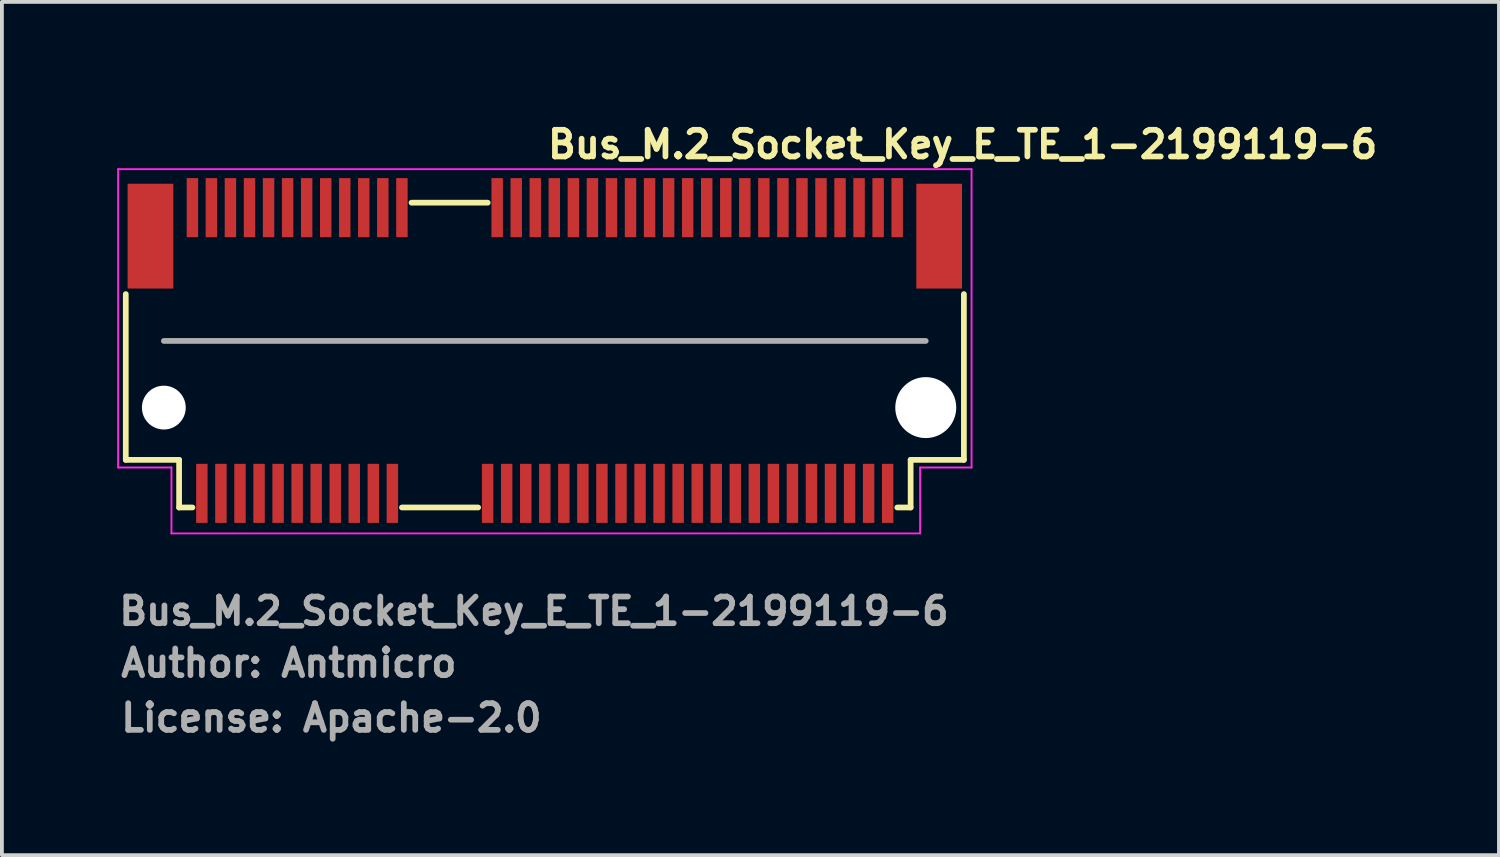
<source format=kicad_pcb>
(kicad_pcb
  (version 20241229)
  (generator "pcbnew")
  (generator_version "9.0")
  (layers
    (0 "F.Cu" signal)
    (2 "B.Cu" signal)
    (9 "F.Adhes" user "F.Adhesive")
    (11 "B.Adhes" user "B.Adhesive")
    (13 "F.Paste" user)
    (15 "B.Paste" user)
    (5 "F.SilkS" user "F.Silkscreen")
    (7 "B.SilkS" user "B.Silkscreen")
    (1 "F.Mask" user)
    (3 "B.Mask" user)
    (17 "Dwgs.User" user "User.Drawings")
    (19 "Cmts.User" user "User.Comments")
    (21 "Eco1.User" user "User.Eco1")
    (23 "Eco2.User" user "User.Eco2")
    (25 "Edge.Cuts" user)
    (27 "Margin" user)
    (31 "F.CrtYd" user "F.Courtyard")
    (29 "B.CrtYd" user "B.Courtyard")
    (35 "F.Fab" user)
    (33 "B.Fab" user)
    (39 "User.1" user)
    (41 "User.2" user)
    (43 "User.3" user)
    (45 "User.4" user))
  (footprint "Bus_M.2_Socket_Key_E_TE_1-2199119-6"
    (layer "F.Cu")
    (at 11.25 6.15)
    (property "Reference" "Bus_M.2_Socket_Key_E_TE_1-2199119-6" (at 0 -5 0) (layer "F.SilkS") (effects (font (size 0.7 0.7) (thickness 0.15)) (justify left bottom)))
    (attr smd)
    (fp_line (start -10.999 2.87) (end -10.999 -1.481) (stroke (width 0.15) (type solid)) (layer "F.SilkS"))
    (fp_line (start -9.599 2.87) (end -10.999 2.87) (stroke (width 0.15) (type solid)) (layer "F.SilkS"))
    (fp_line (start -9.599 2.87) (end -9.599 4.12) (stroke (width 0.15) (type solid)) (layer "F.SilkS"))
    (fp_line (start -9.599 4.12) (end -9.249 4.12) (stroke (width 0.15) (type solid)) (layer "F.SilkS"))
    (fp_line (start -3.75 4.12) (end -1.75 4.12) (stroke (width 0.15) (type solid)) (layer "F.SilkS"))
    (fp_line (start -3.499 -3.88) (end -1.499 -3.88) (stroke (width 0.15) (type solid)) (layer "F.SilkS"))
    (fp_line (start 9.251 4.12) (end 9.601 4.12) (stroke (width 0.15) (type solid)) (layer "F.SilkS"))
    (fp_line (start 9.601 4.12) (end 9.601 2.87) (stroke (width 0.15) (type solid)) (layer "F.SilkS"))
    (fp_line (start 10.999 -1.481) (end 10.999 2.87) (stroke (width 0.15) (type solid)) (layer "F.SilkS"))
    (fp_line (start 10.999 2.87) (end 9.601 2.87) (stroke (width 0.15) (type solid)) (layer "F.SilkS"))
    (fp_line (start -11.2 -4.76) (end -11.2 3.07) (stroke (width 0.05) (type solid)) (layer "F.CrtYd"))
    (fp_line (start -11.2 3.07) (end -9.8 3.07) (stroke (width 0.05) (type solid)) (layer "F.CrtYd"))
    (fp_line (start -9.8 3.07) (end -9.8 4.8) (stroke (width 0.05) (type solid)) (layer "F.CrtYd"))
    (fp_line (start -9.8 4.8) (end 9.85 4.8) (stroke (width 0.05) (type solid)) (layer "F.CrtYd"))
    (fp_line (start 9.85 3.07) (end 11.2 3.07) (stroke (width 0.05) (type solid)) (layer "F.CrtYd"))
    (fp_line (start 9.85 4.8) (end 9.85 3.07) (stroke (width 0.05) (type solid)) (layer "F.CrtYd"))
    (fp_line (start 11.2 -4.76) (end -11.2 -4.76) (stroke (width 0.05) (type solid)) (layer "F.CrtYd"))
    (fp_line (start 11.2 3.07) (end 11.2 -4.76) (stroke (width 0.05) (type solid)) (layer "F.CrtYd"))
    (fp_line (start -10 -0.251) (end 9.998 -0.251) (stroke (width 0.15) (type solid)) (layer "F.Fab"))
    (fp_rect (start -10.95 -4.35) (end 10.949 4.349) (stroke (width 0.1) (type solid)) (fill no) (layer "User.5"))
    (fp_line (start -10.95 -3.75) (end -10.95 1.749) (stroke (width 0.02) (type solid)) (layer "User.9"))
    (fp_line (start -10.95 -3.75) (end 10.949 -3.75) (stroke (width 0.02) (type solid)) (layer "User.9"))
    (fp_line (start -10.95 2.182) (end -10.95 1.749) (stroke (width 0.02) (type solid)) (layer "User.9"))
    (fp_line (start -10.95 2.182) (end -10.95 2.182) (stroke (width 0.02) (type solid)) (layer "User.9"))
    (fp_line (start -10.95 2.373) (end -10.95 2.182) (stroke (width 0.02) (type solid)) (layer "User.9"))
    (fp_line (start -10.95 2.373) (end -10.95 2.373) (stroke (width 0.02) (type solid)) (layer "User.9"))
    (fp_line (start -10.95 2.456) (end -10.95 2.373) (stroke (width 0.02) (type solid)) (layer "User.9"))
    (fp_line (start -10.95 2.456) (end -10.95 2.456) (stroke (width 0.02) (type solid)) (layer "User.9"))
    (fp_line (start -10.95 2.53) (end -10.95 2.456) (stroke (width 0.02) (type solid)) (layer "User.9"))
    (fp_line (start -10.95 2.53) (end -10.95 2.53) (stroke (width 0.02) (type solid)) (layer "User.9"))
    (fp_line (start -10.95 2.595) (end -10.95 2.53) (stroke (width 0.02) (type solid)) (layer "User.9"))
    (fp_line (start -10.95 2.595) (end -10.95 2.595) (stroke (width 0.02) (type solid)) (layer "User.9"))
    (fp_line (start -10.95 2.65) (end -10.95 2.595) (stroke (width 0.02) (type solid)) (layer "User.9"))
    (fp_line (start -10.95 2.65) (end -10.95 2.65) (stroke (width 0.02) (type solid)) (layer "User.9"))
    (fp_line (start -10.95 2.693) (end -10.95 2.65) (stroke (width 0.02) (type solid)) (layer "User.9"))
    (fp_line (start -10.95 2.693) (end -10.95 2.693) (stroke (width 0.02) (type solid)) (layer "User.9"))
    (fp_line (start -10.95 2.724) (end -10.95 2.693) (stroke (width 0.02) (type solid)) (layer "User.9"))
    (fp_line (start -10.95 2.724) (end -10.95 2.724) (stroke (width 0.02) (type solid)) (layer "User.9"))
    (fp_line (start -10.95 2.743) (end -10.95 2.724) (stroke (width 0.02) (type solid)) (layer "User.9"))
    (fp_line (start -10.95 2.743) (end -10.95 2.743) (stroke (width 0.02) (type solid)) (layer "User.9"))
    (fp_line (start -10.95 2.749) (end -10.95 2.743) (stroke (width 0.02) (type solid)) (layer "User.9"))
    (fp_line (start -10.95 2.749) (end -10.575 2.749) (stroke (width 0.02) (type solid)) (layer "User.9"))
    (fp_line (start -10.575 1.749) (end -2.675 1.749) (stroke (width 0.02) (type solid)) (layer "User.9"))
    (fp_line (start -10.575 2.749) (end -10.551 2.749) (stroke (width 0.02) (type solid)) (layer "User.9"))
    (fp_line (start -10.551 2.749) (end -10.526 2.746) (stroke (width 0.02) (type solid)) (layer "User.9"))
    (fp_line (start -10.526 2.746) (end -10.502 2.743) (stroke (width 0.02) (type solid)) (layer "User.9"))
    (fp_line (start -10.502 2.743) (end -10.478 2.74) (stroke (width 0.02) (type solid)) (layer "User.9"))
    (fp_line (start -10.478 2.74) (end -10.454 2.733) (stroke (width 0.02) (type solid)) (layer "User.9"))
    (fp_line (start -10.454 2.733) (end -10.43 2.727) (stroke (width 0.02) (type solid)) (layer "User.9"))
    (fp_line (start -10.43 2.727) (end -10.408 2.719) (stroke (width 0.02) (type solid)) (layer "User.9"))
    (fp_line (start -10.408 2.719) (end -10.385 2.711) (stroke (width 0.02) (type solid)) (layer "User.9"))
    (fp_line (start -10.385 2.711) (end -10.363 2.701) (stroke (width 0.02) (type solid)) (layer "User.9"))
    (fp_line (start -10.363 2.701) (end -10.341 2.69) (stroke (width 0.02) (type solid)) (layer "User.9"))
    (fp_line (start -10.341 2.69) (end -10.319 2.679) (stroke (width 0.02) (type solid)) (layer "User.9"))
    (fp_line (start -10.319 2.679) (end -10.299 2.664) (stroke (width 0.02) (type solid)) (layer "User.9"))
    (fp_line (start -10.299 2.664) (end -10.279 2.65) (stroke (width 0.02) (type solid)) (layer "User.9"))
    (fp_line (start -10.279 2.65) (end -10.26 2.635) (stroke (width 0.02) (type solid)) (layer "User.9"))
    (fp_line (start -10.26 2.635) (end -10.24 2.619) (stroke (width 0.02) (type solid)) (layer "User.9"))
    (fp_line (start -10.24 2.619) (end -10.222 2.602) (stroke (width 0.02) (type solid)) (layer "User.9"))
    (fp_line (start -10.222 2.602) (end -10.222 2.602) (stroke (width 0.02) (type solid)) (layer "User.9"))
    (fp_line (start -10.222 2.602) (end -10.206 2.584) (stroke (width 0.02) (type solid)) (layer "User.9"))
    (fp_line (start -10.206 2.584) (end -10.19 2.565) (stroke (width 0.02) (type solid)) (layer "User.9"))
    (fp_line (start -10.201 -1.251) (end -10.201 -1.06) (stroke (width 0.02) (type solid)) (layer "User.9"))
    (fp_line (start -10.201 -1.06) (end -9.264 -1.06) (stroke (width 0.02) (type solid)) (layer "User.9"))
    (fp_line (start -10.201 0.058) (end -10.201 0.249) (stroke (width 0.02) (type solid)) (layer "User.9"))
    (fp_line (start -10.201 0.249) (end -9.075 0.249) (stroke (width 0.02) (type solid)) (layer "User.9"))
    (fp_line (start -10.19 2.565) (end -10.175 2.546) (stroke (width 0.02) (type solid)) (layer "User.9"))
    (fp_line (start -10.175 2.546) (end -10.161 2.527) (stroke (width 0.02) (type solid)) (layer "User.9"))
    (fp_line (start -10.161 2.527) (end -10.146 2.506) (stroke (width 0.02) (type solid)) (layer "User.9"))
    (fp_line (start -10.146 2.506) (end -10.134 2.485) (stroke (width 0.02) (type solid)) (layer "User.9"))
    (fp_line (start -10.134 2.485) (end -10.123 2.462) (stroke (width 0.02) (type solid)) (layer "User.9"))
    (fp_line (start -10.123 2.462) (end -10.114 2.44) (stroke (width 0.02) (type solid)) (layer "User.9"))
    (fp_line (start -10.114 2.44) (end -10.105 2.418) (stroke (width 0.02) (type solid)) (layer "User.9"))
    (fp_line (start -10.105 2.418) (end -10.097 2.395) (stroke (width 0.02) (type solid)) (layer "User.9"))
    (fp_line (start -10.097 2.395) (end -10.091 2.371) (stroke (width 0.02) (type solid)) (layer "User.9"))
    (fp_line (start -10.091 2.371) (end -10.085 2.347) (stroke (width 0.02) (type solid)) (layer "User.9"))
    (fp_line (start -10.085 2.347) (end -10.082 2.323) (stroke (width 0.02) (type solid)) (layer "User.9"))
    (fp_line (start -10.082 2.323) (end -10.079 2.299) (stroke (width 0.02) (type solid)) (layer "User.9"))
    (fp_line (start -10.079 2.299) (end -10.077 2.273) (stroke (width 0.02) (type solid)) (layer "User.9"))
    (fp_line (start -10.077 2.273) (end -10.076 2.249) (stroke (width 0.02) (type solid)) (layer "User.9"))
    (fp_line (start -10.076 -0.549) (end -10.076 -0.357) (stroke (width 0.02) (type solid)) (layer "User.9"))
    (fp_line (start -10.076 -0.357) (end -9.264 -0.357) (stroke (width 0.02) (type solid)) (layer "User.9"))
    (fp_line (start -10.076 2.102) (end -10.076 1.749) (stroke (width 0.02) (type solid)) (layer "User.9"))
    (fp_line (start -10.076 2.102) (end -10.076 2.102) (stroke (width 0.02) (type solid)) (layer "User.9"))
    (fp_line (start -10.076 2.249) (end -10.076 2.102) (stroke (width 0.02) (type solid)) (layer "User.9"))
    (fp_line (start -9.551 -3.221) (end -8.951 -3.221) (stroke (width 0.02) (type solid)) (layer "User.9"))
    (fp_line (start -9.5 1.749) (end -9.5 3.999) (stroke (width 0.02) (type solid)) (layer "User.9"))
    (fp_line (start -9.5 2.749) (end -10.575 2.749) (stroke (width 0.02) (type solid)) (layer "User.9"))
    (fp_line (start -9.5 3.999) (end -3.656 3.999) (stroke (width 0.02) (type solid)) (layer "User.9"))
    (fp_line (start -9.325 -4.35) (end -9.325 -3.851) (stroke (width 0.02) (type solid)) (layer "User.9"))
    (fp_line (start -9.325 -4.35) (end -9.177 -4.35) (stroke (width 0.02) (type solid)) (layer "User.9"))
    (fp_line (start -9.325 -3.851) (end -9.325 -3.75) (stroke (width 0.02) (type solid)) (layer "User.9"))
    (fp_line (start -9.264 -1.06) (end -9.264 -0.549) (stroke (width 0.02) (type solid)) (layer "User.9"))
    (fp_line (start -9.264 -0.549) (end -10.076 -0.549) (stroke (width 0.02) (type solid)) (layer "User.9"))
    (fp_line (start -9.264 -0.357) (end -9.264 0.058) (stroke (width 0.02) (type solid)) (layer "User.9"))
    (fp_line (start -9.264 0.058) (end -10.201 0.058) (stroke (width 0.02) (type solid)) (layer "User.9"))
    (fp_line (start -9.25 -3.741) (end -9.551 -3.221) (stroke (width 0.02) (type solid)) (layer "User.9"))
    (fp_line (start -9.177 -4.35) (end -9.177 -3.851) (stroke (width 0.02) (type solid)) (layer "User.9"))
    (fp_line (start -9.177 -3.851) (end -9.177 -3.75) (stroke (width 0.02) (type solid)) (layer "User.9"))
    (fp_line (start -9.094 2.222) (end -9.075 1.98) (stroke (width 0.02) (type solid)) (layer "User.9"))
    (fp_line (start -9.094 2.222) (end -8.908 2.222) (stroke (width 0.02) (type solid)) (layer "User.9"))
    (fp_line (start -9.075 -1.251) (end -10.201 -1.251) (stroke (width 0.02) (type solid)) (layer "User.9"))
    (fp_line (start -9.075 0.249) (end -9.075 -1.251) (stroke (width 0.02) (type solid)) (layer "User.9"))
    (fp_line (start -9.075 1.749) (end -9.075 1.796) (stroke (width 0.02) (type solid)) (layer "User.9"))
    (fp_line (start -9.075 1.897) (end -9.075 1.796) (stroke (width 0.02) (type solid)) (layer "User.9"))
    (fp_line (start -9.075 1.897) (end -9.075 1.98) (stroke (width 0.02) (type solid)) (layer "User.9"))
    (fp_line (start -9.075 3.999) (end -9.075 4.349) (stroke (width 0.02) (type solid)) (layer "User.9"))
    (fp_line (start -9.075 4.349) (end -8.926 4.349) (stroke (width 0.02) (type solid)) (layer "User.9"))
    (fp_line (start -8.951 -3.221) (end -9.25 -3.741) (stroke (width 0.02) (type solid)) (layer "User.9"))
    (fp_line (start -8.926 1.749) (end -8.926 1.796) (stroke (width 0.02) (type solid)) (layer "User.9"))
    (fp_line (start -8.926 1.897) (end -8.926 1.796) (stroke (width 0.02) (type solid)) (layer "User.9"))
    (fp_line (start -8.926 1.897) (end -8.926 1.98) (stroke (width 0.02) (type solid)) (layer "User.9"))
    (fp_line (start -8.926 3.999) (end -8.926 4.349) (stroke (width 0.02) (type solid)) (layer "User.9"))
    (fp_line (start -8.908 2.222) (end -8.926 1.98) (stroke (width 0.02) (type solid)) (layer "User.9"))
    (fp_line (start -8.826 -4.35) (end -8.826 -3.851) (stroke (width 0.02) (type solid)) (layer "User.9"))
    (fp_line (start -8.826 -4.35) (end -8.676 -4.35) (stroke (width 0.02) (type solid)) (layer "User.9"))
    (fp_line (start -8.826 -3.851) (end -8.826 -3.75) (stroke (width 0.02) (type solid)) (layer "User.9"))
    (fp_line (start -8.676 -4.35) (end -8.676 -3.851) (stroke (width 0.02) (type solid)) (layer "User.9"))
    (fp_line (start -8.676 -3.851) (end -8.676 -3.75) (stroke (width 0.02) (type solid)) (layer "User.9"))
    (fp_line (start -8.593 2.222) (end -8.575 1.98) (stroke (width 0.02) (type solid)) (layer "User.9"))
    (fp_line (start -8.593 2.222) (end -8.409 2.222) (stroke (width 0.02) (type solid)) (layer "User.9"))
    (fp_line (start -8.575 1.749) (end -8.575 1.796) (stroke (width 0.02) (type solid)) (layer "User.9"))
    (fp_line (start -8.575 1.897) (end -8.575 1.796) (stroke (width 0.02) (type solid)) (layer "User.9"))
    (fp_line (start -8.575 1.897) (end -8.575 1.98) (stroke (width 0.02) (type solid)) (layer "User.9"))
    (fp_line (start -8.575 3.999) (end -8.575 4.349) (stroke (width 0.02) (type solid)) (layer "User.9"))
    (fp_line (start -8.575 4.349) (end -8.426 4.349) (stroke (width 0.02) (type solid)) (layer "User.9"))
    (fp_line (start -8.426 1.749) (end -8.426 1.796) (stroke (width 0.02) (type solid)) (layer "User.9"))
    (fp_line (start -8.426 1.897) (end -8.426 1.796) (stroke (width 0.02) (type solid)) (layer "User.9"))
    (fp_line (start -8.426 1.897) (end -8.426 1.98) (stroke (width 0.02) (type solid)) (layer "User.9"))
    (fp_line (start -8.426 3.999) (end -8.426 4.349) (stroke (width 0.02) (type solid)) (layer "User.9"))
    (fp_line (start -8.409 2.222) (end -8.426 1.98) (stroke (width 0.02) (type solid)) (layer "User.9"))
    (fp_line (start -8.325 -4.35) (end -8.325 -3.851) (stroke (width 0.02) (type solid)) (layer "User.9"))
    (fp_line (start -8.325 -4.35) (end -8.176 -4.35) (stroke (width 0.02) (type solid)) (layer "User.9"))
    (fp_line (start -8.325 -3.851) (end -8.325 -3.75) (stroke (width 0.02) (type solid)) (layer "User.9"))
    (fp_line (start -8.176 -4.35) (end -8.176 -3.851) (stroke (width 0.02) (type solid)) (layer "User.9"))
    (fp_line (start -8.176 -3.851) (end -8.176 -3.75) (stroke (width 0.02) (type solid)) (layer "User.9"))
    (fp_line (start -8.093 2.222) (end -8.075 1.98) (stroke (width 0.02) (type solid)) (layer "User.9"))
    (fp_line (start -8.093 2.222) (end -7.908 2.222) (stroke (width 0.02) (type solid)) (layer "User.9"))
    (fp_line (start -8.075 1.749) (end -8.075 1.796) (stroke (width 0.02) (type solid)) (layer "User.9"))
    (fp_line (start -8.075 1.897) (end -8.075 1.796) (stroke (width 0.02) (type solid)) (layer "User.9"))
    (fp_line (start -8.075 1.897) (end -8.075 1.98) (stroke (width 0.02) (type solid)) (layer "User.9"))
    (fp_line (start -8.075 3.999) (end -8.075 4.349) (stroke (width 0.02) (type solid)) (layer "User.9"))
    (fp_line (start -8.075 4.349) (end -7.926 4.349) (stroke (width 0.02) (type solid)) (layer "User.9"))
    (fp_line (start -7.926 1.749) (end -7.926 1.796) (stroke (width 0.02) (type solid)) (layer "User.9"))
    (fp_line (start -7.926 1.897) (end -7.926 1.796) (stroke (width 0.02) (type solid)) (layer "User.9"))
    (fp_line (start -7.926 1.897) (end -7.926 1.98) (stroke (width 0.02) (type solid)) (layer "User.9"))
    (fp_line (start -7.926 3.999) (end -7.926 4.349) (stroke (width 0.02) (type solid)) (layer "User.9"))
    (fp_line (start -7.908 2.222) (end -7.926 1.98) (stroke (width 0.02) (type solid)) (layer "User.9"))
    (fp_line (start -7.827 -4.35) (end -7.827 -3.851) (stroke (width 0.02) (type solid)) (layer "User.9"))
    (fp_line (start -7.827 -4.35) (end -7.676 -4.35) (stroke (width 0.02) (type solid)) (layer "User.9"))
    (fp_line (start -7.827 -3.851) (end -7.827 -3.75) (stroke (width 0.02) (type solid)) (layer "User.9"))
    (fp_line (start -7.676 -4.35) (end -7.676 -3.851) (stroke (width 0.02) (type solid)) (layer "User.9"))
    (fp_line (start -7.676 -3.851) (end -7.676 -3.75) (stroke (width 0.02) (type solid)) (layer "User.9"))
    (fp_line (start -7.594 2.222) (end -7.577 1.98) (stroke (width 0.02) (type solid)) (layer "User.9"))
    (fp_line (start -7.594 2.222) (end -7.408 2.222) (stroke (width 0.02) (type solid)) (layer "User.9"))
    (fp_line (start -7.577 1.749) (end -7.577 1.796) (stroke (width 0.02) (type solid)) (layer "User.9"))
    (fp_line (start -7.577 1.897) (end -7.577 1.796) (stroke (width 0.02) (type solid)) (layer "User.9"))
    (fp_line (start -7.577 1.897) (end -7.577 1.98) (stroke (width 0.02) (type solid)) (layer "User.9"))
    (fp_line (start -7.577 3.999) (end -7.577 4.349) (stroke (width 0.02) (type solid)) (layer "User.9"))
    (fp_line (start -7.577 4.349) (end -7.426 4.349) (stroke (width 0.02) (type solid)) (layer "User.9"))
    (fp_line (start -7.426 1.749) (end -7.426 1.796) (stroke (width 0.02) (type solid)) (layer "User.9"))
    (fp_line (start -7.426 1.897) (end -7.426 1.796) (stroke (width 0.02) (type solid)) (layer "User.9"))
    (fp_line (start -7.426 1.897) (end -7.426 1.98) (stroke (width 0.02) (type solid)) (layer "User.9"))
    (fp_line (start -7.426 3.999) (end -7.426 4.349) (stroke (width 0.02) (type solid)) (layer "User.9"))
    (fp_line (start -7.408 2.222) (end -7.426 1.98) (stroke (width 0.02) (type solid)) (layer "User.9"))
    (fp_line (start -7.327 -4.35) (end -7.327 -3.851) (stroke (width 0.02) (type solid)) (layer "User.9"))
    (fp_line (start -7.327 -4.35) (end -7.175 -4.35) (stroke (width 0.02) (type solid)) (layer "User.9"))
    (fp_line (start -7.327 -3.851) (end -7.327 -3.75) (stroke (width 0.02) (type solid)) (layer "User.9"))
    (fp_line (start -7.175 -4.35) (end -7.175 -3.851) (stroke (width 0.02) (type solid)) (layer "User.9"))
    (fp_line (start -7.175 -3.851) (end -7.175 -3.75) (stroke (width 0.02) (type solid)) (layer "User.9"))
    (fp_line (start -7.094 2.222) (end -7.077 1.98) (stroke (width 0.02) (type solid)) (layer "User.9"))
    (fp_line (start -7.094 2.222) (end -6.908 2.222) (stroke (width 0.02) (type solid)) (layer "User.9"))
    (fp_line (start -7.077 1.749) (end -7.077 1.796) (stroke (width 0.02) (type solid)) (layer "User.9"))
    (fp_line (start -7.077 1.897) (end -7.077 1.796) (stroke (width 0.02) (type solid)) (layer "User.9"))
    (fp_line (start -7.077 1.897) (end -7.077 1.98) (stroke (width 0.02) (type solid)) (layer "User.9"))
    (fp_line (start -7.077 3.999) (end -7.077 4.349) (stroke (width 0.02) (type solid)) (layer "User.9"))
    (fp_line (start -7.077 4.349) (end -6.925 4.349) (stroke (width 0.02) (type solid)) (layer "User.9"))
    (fp_line (start -6.925 1.749) (end -6.925 1.796) (stroke (width 0.02) (type solid)) (layer "User.9"))
    (fp_line (start -6.925 1.897) (end -6.925 1.796) (stroke (width 0.02) (type solid)) (layer "User.9"))
    (fp_line (start -6.925 1.897) (end -6.925 1.98) (stroke (width 0.02) (type solid)) (layer "User.9"))
    (fp_line (start -6.925 3.999) (end -6.925 4.349) (stroke (width 0.02) (type solid)) (layer "User.9"))
    (fp_line (start -6.908 2.222) (end -6.925 1.98) (stroke (width 0.02) (type solid)) (layer "User.9"))
    (fp_line (start -6.827 -4.35) (end -6.827 -3.851) (stroke (width 0.02) (type solid)) (layer "User.9"))
    (fp_line (start -6.827 -4.35) (end -6.675 -4.35) (stroke (width 0.02) (type solid)) (layer "User.9"))
    (fp_line (start -6.827 -3.851) (end -6.827 -3.75) (stroke (width 0.02) (type solid)) (layer "User.9"))
    (fp_line (start -6.675 -4.35) (end -6.675 -3.851) (stroke (width 0.02) (type solid)) (layer "User.9"))
    (fp_line (start -6.675 -3.851) (end -6.675 -3.75) (stroke (width 0.02) (type solid)) (layer "User.9"))
    (fp_line (start -6.594 2.222) (end -6.577 1.98) (stroke (width 0.02) (type solid)) (layer "User.9"))
    (fp_line (start -6.594 2.222) (end -6.408 2.222) (stroke (width 0.02) (type solid)) (layer "User.9"))
    (fp_line (start -6.577 1.749) (end -6.577 1.796) (stroke (width 0.02) (type solid)) (layer "User.9"))
    (fp_line (start -6.577 1.897) (end -6.577 1.796) (stroke (width 0.02) (type solid)) (layer "User.9"))
    (fp_line (start -6.577 1.897) (end -6.577 1.98) (stroke (width 0.02) (type solid)) (layer "User.9"))
    (fp_line (start -6.577 3.999) (end -6.577 4.349) (stroke (width 0.02) (type solid)) (layer "User.9"))
    (fp_line (start -6.577 4.349) (end -6.425 4.349) (stroke (width 0.02) (type solid)) (layer "User.9"))
    (fp_line (start -6.425 1.749) (end -6.425 1.796) (stroke (width 0.02) (type solid)) (layer "User.9"))
    (fp_line (start -6.425 1.897) (end -6.425 1.796) (stroke (width 0.02) (type solid)) (layer "User.9"))
    (fp_line (start -6.425 1.897) (end -6.425 1.98) (stroke (width 0.02) (type solid)) (layer "User.9"))
    (fp_line (start -6.425 3.999) (end -6.425 4.349) (stroke (width 0.02) (type solid)) (layer "User.9"))
    (fp_line (start -6.408 2.222) (end -6.425 1.98) (stroke (width 0.02) (type solid)) (layer "User.9"))
    (fp_line (start -6.327 -4.35) (end -6.327 -3.851) (stroke (width 0.02) (type solid)) (layer "User.9"))
    (fp_line (start -6.327 -4.35) (end -6.175 -4.35) (stroke (width 0.02) (type solid)) (layer "User.9"))
    (fp_line (start -6.327 -3.851) (end -6.327 -3.75) (stroke (width 0.02) (type solid)) (layer "User.9"))
    (fp_line (start -6.175 -4.35) (end -6.175 -3.851) (stroke (width 0.02) (type solid)) (layer "User.9"))
    (fp_line (start -6.175 -3.851) (end -6.175 -3.75) (stroke (width 0.02) (type solid)) (layer "User.9"))
    (fp_line (start -6.094 2.222) (end -6.077 1.98) (stroke (width 0.02) (type solid)) (layer "User.9"))
    (fp_line (start -6.094 2.222) (end -5.908 2.222) (stroke (width 0.02) (type solid)) (layer "User.9"))
    (fp_line (start -6.077 1.749) (end -6.077 1.796) (stroke (width 0.02) (type solid)) (layer "User.9"))
    (fp_line (start -6.077 1.897) (end -6.077 1.796) (stroke (width 0.02) (type solid)) (layer "User.9"))
    (fp_line (start -6.077 1.897) (end -6.077 1.98) (stroke (width 0.02) (type solid)) (layer "User.9"))
    (fp_line (start -6.077 3.999) (end -6.077 4.349) (stroke (width 0.02) (type solid)) (layer "User.9"))
    (fp_line (start -6.077 4.349) (end -5.925 4.349) (stroke (width 0.02) (type solid)) (layer "User.9"))
    (fp_line (start -5.925 1.749) (end -5.925 1.796) (stroke (width 0.02) (type solid)) (layer "User.9"))
    (fp_line (start -5.925 1.897) (end -5.925 1.796) (stroke (width 0.02) (type solid)) (layer "User.9"))
    (fp_line (start -5.925 1.897) (end -5.925 1.98) (stroke (width 0.02) (type solid)) (layer "User.9"))
    (fp_line (start -5.925 3.999) (end -5.925 4.349) (stroke (width 0.02) (type solid)) (layer "User.9"))
    (fp_line (start -5.908 2.222) (end -5.925 1.98) (stroke (width 0.02) (type solid)) (layer "User.9"))
    (fp_line (start -5.827 -4.35) (end -5.827 -3.851) (stroke (width 0.02) (type solid)) (layer "User.9"))
    (fp_line (start -5.827 -4.35) (end -5.675 -4.35) (stroke (width 0.02) (type solid)) (layer "User.9"))
    (fp_line (start -5.827 -3.851) (end -5.827 -3.75) (stroke (width 0.02) (type solid)) (layer "User.9"))
    (fp_line (start -5.675 -4.35) (end -5.675 -3.851) (stroke (width 0.02) (type solid)) (layer "User.9"))
    (fp_line (start -5.675 -3.851) (end -5.675 -3.75) (stroke (width 0.02) (type solid)) (layer "User.9"))
    (fp_line (start -5.594 2.222) (end -5.577 1.98) (stroke (width 0.02) (type solid)) (layer "User.9"))
    (fp_line (start -5.594 2.222) (end -5.408 2.222) (stroke (width 0.02) (type solid)) (layer "User.9"))
    (fp_line (start -5.577 1.749) (end -5.577 1.796) (stroke (width 0.02) (type solid)) (layer "User.9"))
    (fp_line (start -5.577 1.897) (end -5.577 1.796) (stroke (width 0.02) (type solid)) (layer "User.9"))
    (fp_line (start -5.577 1.897) (end -5.577 1.98) (stroke (width 0.02) (type solid)) (layer "User.9"))
    (fp_line (start -5.577 3.999) (end -5.577 4.349) (stroke (width 0.02) (type solid)) (layer "User.9"))
    (fp_line (start -5.577 4.349) (end -5.425 4.349) (stroke (width 0.02) (type solid)) (layer "User.9"))
    (fp_line (start -5.425 1.749) (end -5.425 1.796) (stroke (width 0.02) (type solid)) (layer "User.9"))
    (fp_line (start -5.425 1.897) (end -5.425 1.796) (stroke (width 0.02) (type solid)) (layer "User.9"))
    (fp_line (start -5.425 1.897) (end -5.425 1.98) (stroke (width 0.02) (type solid)) (layer "User.9"))
    (fp_line (start -5.425 3.999) (end -5.425 4.349) (stroke (width 0.02) (type solid)) (layer "User.9"))
    (fp_line (start -5.408 2.222) (end -5.425 1.98) (stroke (width 0.02) (type solid)) (layer "User.9"))
    (fp_line (start -5.327 -4.35) (end -5.327 -3.851) (stroke (width 0.02) (type solid)) (layer "User.9"))
    (fp_line (start -5.327 -4.35) (end -5.175 -4.35) (stroke (width 0.02) (type solid)) (layer "User.9"))
    (fp_line (start -5.327 -3.851) (end -5.327 -3.75) (stroke (width 0.02) (type solid)) (layer "User.9"))
    (fp_line (start -5.175 -4.35) (end -5.175 -3.851) (stroke (width 0.02) (type solid)) (layer "User.9"))
    (fp_line (start -5.175 -3.851) (end -5.175 -3.75) (stroke (width 0.02) (type solid)) (layer "User.9"))
    (fp_line (start -5.094 2.222) (end -5.076 1.98) (stroke (width 0.02) (type solid)) (layer "User.9"))
    (fp_line (start -5.094 2.222) (end -4.908 2.222) (stroke (width 0.02) (type solid)) (layer "User.9"))
    (fp_line (start -5.076 1.749) (end -5.076 1.796) (stroke (width 0.02) (type solid)) (layer "User.9"))
    (fp_line (start -5.076 1.897) (end -5.076 1.796) (stroke (width 0.02) (type solid)) (layer "User.9"))
    (fp_line (start -5.076 1.897) (end -5.076 1.98) (stroke (width 0.02) (type solid)) (layer "User.9"))
    (fp_line (start -5.076 3.999) (end -5.076 4.349) (stroke (width 0.02) (type solid)) (layer "User.9"))
    (fp_line (start -5.076 4.349) (end -4.925 4.349) (stroke (width 0.02) (type solid)) (layer "User.9"))
    (fp_line (start -4.925 1.749) (end -4.925 1.796) (stroke (width 0.02) (type solid)) (layer "User.9"))
    (fp_line (start -4.925 1.897) (end -4.925 1.796) (stroke (width 0.02) (type solid)) (layer "User.9"))
    (fp_line (start -4.925 1.897) (end -4.925 1.98) (stroke (width 0.02) (type solid)) (layer "User.9"))
    (fp_line (start -4.925 3.999) (end -4.925 4.349) (stroke (width 0.02) (type solid)) (layer "User.9"))
    (fp_line (start -4.908 2.222) (end -4.925 1.98) (stroke (width 0.02) (type solid)) (layer "User.9"))
    (fp_line (start -4.826 -4.35) (end -4.826 -3.851) (stroke (width 0.02) (type solid)) (layer "User.9"))
    (fp_line (start -4.826 -4.35) (end -4.675 -4.35) (stroke (width 0.02) (type solid)) (layer "User.9"))
    (fp_line (start -4.826 -3.851) (end -4.826 -3.75) (stroke (width 0.02) (type solid)) (layer "User.9"))
    (fp_line (start -4.675 -4.35) (end -4.675 -3.851) (stroke (width 0.02) (type solid)) (layer "User.9"))
    (fp_line (start -4.675 -3.851) (end -4.675 -3.75) (stroke (width 0.02) (type solid)) (layer "User.9"))
    (fp_line (start -4.594 2.222) (end -4.576 1.98) (stroke (width 0.02) (type solid)) (layer "User.9"))
    (fp_line (start -4.594 2.222) (end -4.408 2.222) (stroke (width 0.02) (type solid)) (layer "User.9"))
    (fp_line (start -4.576 1.749) (end -4.576 1.796) (stroke (width 0.02) (type solid)) (layer "User.9"))
    (fp_line (start -4.576 1.897) (end -4.576 1.796) (stroke (width 0.02) (type solid)) (layer "User.9"))
    (fp_line (start -4.576 1.897) (end -4.576 1.98) (stroke (width 0.02) (type solid)) (layer "User.9"))
    (fp_line (start -4.576 3.999) (end -4.576 4.349) (stroke (width 0.02) (type solid)) (layer "User.9"))
    (fp_line (start -4.576 4.349) (end -4.425 4.349) (stroke (width 0.02) (type solid)) (layer "User.9"))
    (fp_line (start -4.425 1.749) (end -4.425 1.796) (stroke (width 0.02) (type solid)) (layer "User.9"))
    (fp_line (start -4.425 1.897) (end -4.425 1.796) (stroke (width 0.02) (type solid)) (layer "User.9"))
    (fp_line (start -4.425 1.897) (end -4.425 1.98) (stroke (width 0.02) (type solid)) (layer "User.9"))
    (fp_line (start -4.425 3.999) (end -4.425 4.349) (stroke (width 0.02) (type solid)) (layer "User.9"))
    (fp_line (start -4.408 2.222) (end -4.425 1.98) (stroke (width 0.02) (type solid)) (layer "User.9"))
    (fp_line (start -4.326 -4.35) (end -4.326 -3.851) (stroke (width 0.02) (type solid)) (layer "User.9"))
    (fp_line (start -4.326 -4.35) (end -4.175 -4.35) (stroke (width 0.02) (type solid)) (layer "User.9"))
    (fp_line (start -4.326 -3.851) (end -4.326 -3.75) (stroke (width 0.02) (type solid)) (layer "User.9"))
    (fp_line (start -4.175 -4.35) (end -4.175 -3.851) (stroke (width 0.02) (type solid)) (layer "User.9"))
    (fp_line (start -4.175 -3.851) (end -4.175 -3.75) (stroke (width 0.02) (type solid)) (layer "User.9"))
    (fp_line (start -4.094 2.222) (end -4.076 1.98) (stroke (width 0.02) (type solid)) (layer "User.9"))
    (fp_line (start -4.094 2.222) (end -3.908 2.222) (stroke (width 0.02) (type solid)) (layer "User.9"))
    (fp_line (start -4.076 1.749) (end -4.076 1.796) (stroke (width 0.02) (type solid)) (layer "User.9"))
    (fp_line (start -4.076 1.897) (end -4.076 1.796) (stroke (width 0.02) (type solid)) (layer "User.9"))
    (fp_line (start -4.076 1.897) (end -4.076 1.98) (stroke (width 0.02) (type solid)) (layer "User.9"))
    (fp_line (start -4.076 3.999) (end -4.076 4.349) (stroke (width 0.02) (type solid)) (layer "User.9"))
    (fp_line (start -4.076 4.349) (end -3.925 4.349) (stroke (width 0.02) (type solid)) (layer "User.9"))
    (fp_line (start -3.925 1.749) (end -3.925 1.796) (stroke (width 0.02) (type solid)) (layer "User.9"))
    (fp_line (start -3.925 1.897) (end -3.925 1.796) (stroke (width 0.02) (type solid)) (layer "User.9"))
    (fp_line (start -3.925 1.897) (end -3.925 1.98) (stroke (width 0.02) (type solid)) (layer "User.9"))
    (fp_line (start -3.925 3.999) (end -3.925 4.349) (stroke (width 0.02) (type solid)) (layer "User.9"))
    (fp_line (start -3.908 2.222) (end -3.925 1.98) (stroke (width 0.02) (type solid)) (layer "User.9"))
    (fp_line (start -3.826 -4.35) (end -3.826 -3.851) (stroke (width 0.02) (type solid)) (layer "User.9"))
    (fp_line (start -3.826 -4.35) (end -3.675 -4.35) (stroke (width 0.02) (type solid)) (layer "User.9"))
    (fp_line (start -3.826 -3.851) (end -3.826 -3.75) (stroke (width 0.02) (type solid)) (layer "User.9"))
    (fp_line (start -3.675 -4.35) (end -3.675 -3.851) (stroke (width 0.02) (type solid)) (layer "User.9"))
    (fp_line (start -3.675 -3.851) (end -3.675 -3.75) (stroke (width 0.02) (type solid)) (layer "User.9"))
    (fp_line (start -3.656 1.749) (end -3.656 3.999) (stroke (width 0.02) (type solid)) (layer "User.9"))
    (fp_line (start -3.656 3.999) (end -3.547 3.999) (stroke (width 0.02) (type solid)) (layer "User.9"))
    (fp_line (start -3.547 3.799) (end -1.956 3.799) (stroke (width 0.02) (type solid)) (layer "User.9"))
    (fp_line (start -3.547 3.999) (end -3.547 3.799) (stroke (width 0.02) (type solid)) (layer "User.9"))
    (fp_line (start -3.175 2.102) (end -3.175 1.749) (stroke (width 0.02) (type solid)) (layer "User.9"))
    (fp_line (start -3.175 2.102) (end -3.175 2.102) (stroke (width 0.02) (type solid)) (layer "User.9"))
    (fp_line (start -3.175 2.249) (end -3.175 2.102) (stroke (width 0.02) (type solid)) (layer "User.9"))
    (fp_line (start -3.175 2.249) (end -3.175 2.273) (stroke (width 0.02) (type solid)) (layer "User.9"))
    (fp_line (start -3.175 2.273) (end -3.174 2.299) (stroke (width 0.02) (type solid)) (layer "User.9"))
    (fp_line (start -3.174 2.299) (end -3.171 2.323) (stroke (width 0.02) (type solid)) (layer "User.9"))
    (fp_line (start -3.171 2.323) (end -3.166 2.347) (stroke (width 0.02) (type solid)) (layer "User.9"))
    (fp_line (start -3.166 2.347) (end -3.161 2.371) (stroke (width 0.02) (type solid)) (layer "User.9"))
    (fp_line (start -3.161 2.371) (end -3.155 2.395) (stroke (width 0.02) (type solid)) (layer "User.9"))
    (fp_line (start -3.155 2.395) (end -3.147 2.418) (stroke (width 0.02) (type solid)) (layer "User.9"))
    (fp_line (start -3.147 2.418) (end -3.137 2.44) (stroke (width 0.02) (type solid)) (layer "User.9"))
    (fp_line (start -3.137 2.44) (end -3.129 2.462) (stroke (width 0.02) (type solid)) (layer "User.9"))
    (fp_line (start -3.129 2.462) (end -3.118 2.485) (stroke (width 0.02) (type solid)) (layer "User.9"))
    (fp_line (start -3.118 2.485) (end -3.105 2.506) (stroke (width 0.02) (type solid)) (layer "User.9"))
    (fp_line (start -3.105 2.506) (end -3.092 2.527) (stroke (width 0.02) (type solid)) (layer "User.9"))
    (fp_line (start -3.092 2.527) (end -3.078 2.546) (stroke (width 0.02) (type solid)) (layer "User.9"))
    (fp_line (start -3.078 2.546) (end -3.063 2.565) (stroke (width 0.02) (type solid)) (layer "User.9"))
    (fp_line (start -3.063 2.565) (end -3.047 2.584) (stroke (width 0.02) (type solid)) (layer "User.9"))
    (fp_line (start -3.047 2.584) (end -3.03 2.602) (stroke (width 0.02) (type solid)) (layer "User.9"))
    (fp_line (start -3.03 2.602) (end -3.03 2.602) (stroke (width 0.02) (type solid)) (layer "User.9"))
    (fp_line (start -3.03 2.602) (end -3.012 2.619) (stroke (width 0.02) (type solid)) (layer "User.9"))
    (fp_line (start -3.012 2.619) (end -2.993 2.635) (stroke (width 0.02) (type solid)) (layer "User.9"))
    (fp_line (start -2.993 2.635) (end -2.973 2.65) (stroke (width 0.02) (type solid)) (layer "User.9"))
    (fp_line (start -2.973 2.65) (end -2.954 2.664) (stroke (width 0.02) (type solid)) (layer "User.9"))
    (fp_line (start -2.954 2.664) (end -2.932 2.679) (stroke (width 0.02) (type solid)) (layer "User.9"))
    (fp_line (start -2.932 2.679) (end -2.911 2.69) (stroke (width 0.02) (type solid)) (layer "User.9"))
    (fp_line (start -2.911 2.69) (end -2.89 2.701) (stroke (width 0.02) (type solid)) (layer "User.9"))
    (fp_line (start -2.89 2.701) (end -2.868 2.711) (stroke (width 0.02) (type solid)) (layer "User.9"))
    (fp_line (start -2.868 2.711) (end -2.845 2.719) (stroke (width 0.02) (type solid)) (layer "User.9"))
    (fp_line (start -2.845 2.719) (end -2.821 2.727) (stroke (width 0.02) (type solid)) (layer "User.9"))
    (fp_line (start -2.821 2.727) (end -2.797 2.733) (stroke (width 0.02) (type solid)) (layer "User.9"))
    (fp_line (start -2.797 2.733) (end -2.775 2.74) (stroke (width 0.02) (type solid)) (layer "User.9"))
    (fp_line (start -2.775 2.74) (end -2.749 2.743) (stroke (width 0.02) (type solid)) (layer "User.9"))
    (fp_line (start -2.749 2.743) (end -2.725 2.746) (stroke (width 0.02) (type solid)) (layer "User.9"))
    (fp_line (start -2.725 2.746) (end -2.701 2.749) (stroke (width 0.02) (type solid)) (layer "User.9"))
    (fp_line (start -2.701 2.749) (end -2.675 2.749) (stroke (width 0.02) (type solid)) (layer "User.9"))
    (fp_line (start -2.576 1.749) (end 10.574 1.749) (stroke (width 0.02) (type solid)) (layer "User.9"))
    (fp_line (start -2.576 2.749) (end -2.675 2.749) (stroke (width 0.02) (type solid)) (layer "User.9"))
    (fp_line (start -2.552 2.749) (end -2.576 2.749) (stroke (width 0.02) (type solid)) (layer "User.9"))
    (fp_line (start -2.526 2.746) (end -2.552 2.749) (stroke (width 0.02) (type solid)) (layer "User.9"))
    (fp_line (start -2.502 2.743) (end -2.526 2.746) (stroke (width 0.02) (type solid)) (layer "User.9"))
    (fp_line (start -2.477 2.74) (end -2.502 2.743) (stroke (width 0.02) (type solid)) (layer "User.9"))
    (fp_line (start -2.454 2.733) (end -2.477 2.74) (stroke (width 0.02) (type solid)) (layer "User.9"))
    (fp_line (start -2.43 2.727) (end -2.454 2.733) (stroke (width 0.02) (type solid)) (layer "User.9"))
    (fp_line (start -2.408 2.719) (end -2.43 2.727) (stroke (width 0.02) (type solid)) (layer "User.9"))
    (fp_line (start -2.384 2.711) (end -2.408 2.719) (stroke (width 0.02) (type solid)) (layer "User.9"))
    (fp_line (start -2.363 2.701) (end -2.384 2.711) (stroke (width 0.02) (type solid)) (layer "User.9"))
    (fp_line (start -2.341 2.69) (end -2.363 2.701) (stroke (width 0.02) (type solid)) (layer "User.9"))
    (fp_line (start -2.32 2.679) (end -2.341 2.69) (stroke (width 0.02) (type solid)) (layer "User.9"))
    (fp_line (start -2.299 2.664) (end -2.32 2.679) (stroke (width 0.02) (type solid)) (layer "User.9"))
    (fp_line (start -2.278 2.65) (end -2.299 2.664) (stroke (width 0.02) (type solid)) (layer "User.9"))
    (fp_line (start -2.259 2.635) (end -2.278 2.65) (stroke (width 0.02) (type solid)) (layer "User.9"))
    (fp_line (start -2.241 2.619) (end -2.259 2.635) (stroke (width 0.02) (type solid)) (layer "User.9"))
    (fp_line (start -2.222 2.602) (end -2.241 2.619) (stroke (width 0.02) (type solid)) (layer "User.9"))
    (fp_line (start -2.222 2.602) (end -2.222 2.602) (stroke (width 0.02) (type solid)) (layer "User.9"))
    (fp_line (start -2.206 2.584) (end -2.222 2.602) (stroke (width 0.02) (type solid)) (layer "User.9"))
    (fp_line (start -2.19 2.565) (end -2.206 2.584) (stroke (width 0.02) (type solid)) (layer "User.9"))
    (fp_line (start -2.174 2.546) (end -2.19 2.565) (stroke (width 0.02) (type solid)) (layer "User.9"))
    (fp_line (start -2.161 2.527) (end -2.174 2.546) (stroke (width 0.02) (type solid)) (layer "User.9"))
    (fp_line (start -2.147 2.506) (end -2.161 2.527) (stroke (width 0.02) (type solid)) (layer "User.9"))
    (fp_line (start -2.134 2.485) (end -2.147 2.506) (stroke (width 0.02) (type solid)) (layer "User.9"))
    (fp_line (start -2.124 2.462) (end -2.134 2.485) (stroke (width 0.02) (type solid)) (layer "User.9"))
    (fp_line (start -2.115 2.44) (end -2.124 2.462) (stroke (width 0.02) (type solid)) (layer "User.9"))
    (fp_line (start -2.105 2.418) (end -2.115 2.44) (stroke (width 0.02) (type solid)) (layer "User.9"))
    (fp_line (start -2.097 2.395) (end -2.105 2.418) (stroke (width 0.02) (type solid)) (layer "User.9"))
    (fp_line (start -2.092 2.371) (end -2.097 2.395) (stroke (width 0.02) (type solid)) (layer "User.9"))
    (fp_line (start -2.086 2.347) (end -2.092 2.371) (stroke (width 0.02) (type solid)) (layer "User.9"))
    (fp_line (start -2.081 2.323) (end -2.086 2.347) (stroke (width 0.02) (type solid)) (layer "User.9"))
    (fp_line (start -2.079 2.299) (end -2.081 2.323) (stroke (width 0.02) (type solid)) (layer "User.9"))
    (fp_line (start -2.076 1.749) (end -2.076 2.102) (stroke (width 0.02) (type solid)) (layer "User.9"))
    (fp_line (start -2.076 2.102) (end -2.076 2.102) (stroke (width 0.02) (type solid)) (layer "User.9"))
    (fp_line (start -2.076 2.102) (end -2.076 2.249) (stroke (width 0.02) (type solid)) (layer "User.9"))
    (fp_line (start -2.076 2.249) (end -2.076 2.273) (stroke (width 0.02) (type solid)) (layer "User.9"))
    (fp_line (start -2.076 2.273) (end -2.079 2.299) (stroke (width 0.02) (type solid)) (layer "User.9"))
    (fp_line (start -1.956 3.999) (end -1.956 3.799) (stroke (width 0.02) (type solid)) (layer "User.9"))
    (fp_line (start -1.956 3.999) (end -1.845 3.999) (stroke (width 0.02) (type solid)) (layer "User.9"))
    (fp_line (start -1.845 1.749) (end -1.845 3.999) (stroke (width 0.02) (type solid)) (layer "User.9"))
    (fp_line (start -1.845 3.999) (end 9.498 3.999) (stroke (width 0.02) (type solid)) (layer "User.9"))
    (fp_line (start -1.594 2.222) (end -1.576 1.98) (stroke (width 0.02) (type solid)) (layer "User.9"))
    (fp_line (start -1.594 2.222) (end -1.408 2.222) (stroke (width 0.02) (type solid)) (layer "User.9"))
    (fp_line (start -1.576 1.749) (end -1.576 1.796) (stroke (width 0.02) (type solid)) (layer "User.9"))
    (fp_line (start -1.576 1.897) (end -1.576 1.796) (stroke (width 0.02) (type solid)) (layer "User.9"))
    (fp_line (start -1.576 1.897) (end -1.576 1.98) (stroke (width 0.02) (type solid)) (layer "User.9"))
    (fp_line (start -1.576 3.999) (end -1.576 4.349) (stroke (width 0.02) (type solid)) (layer "User.9"))
    (fp_line (start -1.576 4.349) (end -1.425 4.349) (stroke (width 0.02) (type solid)) (layer "User.9"))
    (fp_line (start -1.425 1.749) (end -1.425 1.796) (stroke (width 0.02) (type solid)) (layer "User.9"))
    (fp_line (start -1.425 1.897) (end -1.425 1.796) (stroke (width 0.02) (type solid)) (layer "User.9"))
    (fp_line (start -1.425 1.897) (end -1.425 1.98) (stroke (width 0.02) (type solid)) (layer "User.9"))
    (fp_line (start -1.425 3.999) (end -1.425 4.349) (stroke (width 0.02) (type solid)) (layer "User.9"))
    (fp_line (start -1.408 2.222) (end -1.425 1.98) (stroke (width 0.02) (type solid)) (layer "User.9"))
    (fp_line (start -1.326 -4.35) (end -1.326 -3.851) (stroke (width 0.02) (type solid)) (layer "User.9"))
    (fp_line (start -1.326 -4.35) (end -1.177 -4.35) (stroke (width 0.02) (type solid)) (layer "User.9"))
    (fp_line (start -1.326 -3.851) (end -1.326 -3.75) (stroke (width 0.02) (type solid)) (layer "User.9"))
    (fp_line (start -1.177 -4.35) (end -1.177 -3.851) (stroke (width 0.02) (type solid)) (layer "User.9"))
    (fp_line (start -1.177 -3.851) (end -1.177 -3.75) (stroke (width 0.02) (type solid)) (layer "User.9"))
    (fp_line (start -1.094 2.222) (end -1.075 1.98) (stroke (width 0.02) (type solid)) (layer "User.9"))
    (fp_line (start -1.094 2.222) (end -0.908 2.222) (stroke (width 0.02) (type solid)) (layer "User.9"))
    (fp_line (start -1.075 1.749) (end -1.075 1.796) (stroke (width 0.02) (type solid)) (layer "User.9"))
    (fp_line (start -1.075 1.897) (end -1.075 1.796) (stroke (width 0.02) (type solid)) (layer "User.9"))
    (fp_line (start -1.075 1.897) (end -1.075 1.98) (stroke (width 0.02) (type solid)) (layer "User.9"))
    (fp_line (start -1.075 3.999) (end -1.075 4.349) (stroke (width 0.02) (type solid)) (layer "User.9"))
    (fp_line (start -1.075 4.349) (end -0.927 4.349) (stroke (width 0.02) (type solid)) (layer "User.9"))
    (fp_line (start -0.927 1.749) (end -0.927 1.796) (stroke (width 0.02) (type solid)) (layer "User.9"))
    (fp_line (start -0.927 1.897) (end -0.927 1.796) (stroke (width 0.02) (type solid)) (layer "User.9"))
    (fp_line (start -0.927 1.897) (end -0.927 1.98) (stroke (width 0.02) (type solid)) (layer "User.9"))
    (fp_line (start -0.927 3.999) (end -0.927 4.349) (stroke (width 0.02) (type solid)) (layer "User.9"))
    (fp_line (start -0.908 2.222) (end -0.927 1.98) (stroke (width 0.02) (type solid)) (layer "User.9"))
    (fp_line (start -0.825 -4.35) (end -0.825 -3.851) (stroke (width 0.02) (type solid)) (layer "User.9"))
    (fp_line (start -0.825 -4.35) (end -0.677 -4.35) (stroke (width 0.02) (type solid)) (layer "User.9"))
    (fp_line (start -0.825 -3.851) (end -0.825 -3.75) (stroke (width 0.02) (type solid)) (layer "User.9"))
    (fp_line (start -0.677 -4.35) (end -0.677 -3.851) (stroke (width 0.02) (type solid)) (layer "User.9"))
    (fp_line (start -0.677 -3.851) (end -0.677 -3.75) (stroke (width 0.02) (type solid)) (layer "User.9"))
    (fp_line (start -0.594 2.222) (end -0.575 1.98) (stroke (width 0.02) (type solid)) (layer "User.9"))
    (fp_line (start -0.594 2.222) (end -0.408 2.222) (stroke (width 0.02) (type solid)) (layer "User.9"))
    (fp_line (start -0.575 1.749) (end -0.575 1.796) (stroke (width 0.02) (type solid)) (layer "User.9"))
    (fp_line (start -0.575 1.897) (end -0.575 1.796) (stroke (width 0.02) (type solid)) (layer "User.9"))
    (fp_line (start -0.575 1.897) (end -0.575 1.98) (stroke (width 0.02) (type solid)) (layer "User.9"))
    (fp_line (start -0.575 3.999) (end -0.575 4.349) (stroke (width 0.02) (type solid)) (layer "User.9"))
    (fp_line (start -0.575 4.349) (end -0.427 4.349) (stroke (width 0.02) (type solid)) (layer "User.9"))
    (fp_line (start -0.427 1.749) (end -0.427 1.796) (stroke (width 0.02) (type solid)) (layer "User.9"))
    (fp_line (start -0.427 1.897) (end -0.427 1.796) (stroke (width 0.02) (type solid)) (layer "User.9"))
    (fp_line (start -0.427 1.897) (end -0.427 1.98) (stroke (width 0.02) (type solid)) (layer "User.9"))
    (fp_line (start -0.427 3.999) (end -0.427 4.349) (stroke (width 0.02) (type solid)) (layer "User.9"))
    (fp_line (start -0.408 2.222) (end -0.427 1.98) (stroke (width 0.02) (type solid)) (layer "User.9"))
    (fp_line (start -0.325 -4.35) (end -0.325 -3.851) (stroke (width 0.02) (type solid)) (layer "User.9"))
    (fp_line (start -0.325 -4.35) (end -0.177 -4.35) (stroke (width 0.02) (type solid)) (layer "User.9"))
    (fp_line (start -0.325 -3.851) (end -0.325 -3.75) (stroke (width 0.02) (type solid)) (layer "User.9"))
    (fp_line (start -0.177 -4.35) (end -0.177 -3.851) (stroke (width 0.02) (type solid)) (layer "User.9"))
    (fp_line (start -0.177 -3.851) (end -0.177 -3.75) (stroke (width 0.02) (type solid)) (layer "User.9"))
    (fp_line (start -0.094 2.222) (end -0.075 1.98) (stroke (width 0.02) (type solid)) (layer "User.9"))
    (fp_line (start -0.094 2.222) (end 0.092 2.222) (stroke (width 0.02) (type solid)) (layer "User.9"))
    (fp_line (start -0.075 1.749) (end -0.075 1.796) (stroke (width 0.02) (type solid)) (layer "User.9"))
    (fp_line (start -0.075 1.897) (end -0.075 1.796) (stroke (width 0.02) (type solid)) (layer "User.9"))
    (fp_line (start -0.075 1.897) (end -0.075 1.98) (stroke (width 0.02) (type solid)) (layer "User.9"))
    (fp_line (start -0.075 3.999) (end -0.075 4.349) (stroke (width 0.02) (type solid)) (layer "User.9"))
    (fp_line (start -0.075 4.349) (end 0.073 4.349) (stroke (width 0.02) (type solid)) (layer "User.9"))
    (fp_line (start 0.073 1.749) (end 0.073 1.796) (stroke (width 0.02) (type solid)) (layer "User.9"))
    (fp_line (start 0.073 1.897) (end 0.073 1.796) (stroke (width 0.02) (type solid)) (layer "User.9"))
    (fp_line (start 0.073 1.897) (end 0.073 1.98) (stroke (width 0.02) (type solid)) (layer "User.9"))
    (fp_line (start 0.073 3.999) (end 0.073 4.349) (stroke (width 0.02) (type solid)) (layer "User.9"))
    (fp_line (start 0.092 2.222) (end 0.073 1.98) (stroke (width 0.02) (type solid)) (layer "User.9"))
    (fp_line (start 0.175 -4.35) (end 0.175 -3.851) (stroke (width 0.02) (type solid)) (layer "User.9"))
    (fp_line (start 0.175 -4.35) (end 0.323 -4.35) (stroke (width 0.02) (type solid)) (layer "User.9"))
    (fp_line (start 0.175 -3.851) (end 0.175 -3.75) (stroke (width 0.02) (type solid)) (layer "User.9"))
    (fp_line (start 0.323 -4.35) (end 0.323 -3.851) (stroke (width 0.02) (type solid)) (layer "User.9"))
    (fp_line (start 0.323 -3.851) (end 0.323 -3.75) (stroke (width 0.02) (type solid)) (layer "User.9"))
    (fp_line (start 0.406 2.222) (end 0.425 1.98) (stroke (width 0.02) (type solid)) (layer "User.9"))
    (fp_line (start 0.406 2.222) (end 0.592 2.222) (stroke (width 0.02) (type solid)) (layer "User.9"))
    (fp_line (start 0.425 1.749) (end 0.425 1.796) (stroke (width 0.02) (type solid)) (layer "User.9"))
    (fp_line (start 0.425 1.897) (end 0.425 1.796) (stroke (width 0.02) (type solid)) (layer "User.9"))
    (fp_line (start 0.425 1.897) (end 0.425 1.98) (stroke (width 0.02) (type solid)) (layer "User.9"))
    (fp_line (start 0.425 3.999) (end 0.425 4.349) (stroke (width 0.02) (type solid)) (layer "User.9"))
    (fp_line (start 0.425 4.349) (end 0.573 4.349) (stroke (width 0.02) (type solid)) (layer "User.9"))
    (fp_line (start 0.573 1.749) (end 0.573 1.796) (stroke (width 0.02) (type solid)) (layer "User.9"))
    (fp_line (start 0.573 1.897) (end 0.573 1.796) (stroke (width 0.02) (type solid)) (layer "User.9"))
    (fp_line (start 0.573 1.897) (end 0.573 1.98) (stroke (width 0.02) (type solid)) (layer "User.9"))
    (fp_line (start 0.573 3.999) (end 0.573 4.349) (stroke (width 0.02) (type solid)) (layer "User.9"))
    (fp_line (start 0.592 2.222) (end 0.573 1.98) (stroke (width 0.02) (type solid)) (layer "User.9"))
    (fp_line (start 0.675 -4.35) (end 0.675 -3.851) (stroke (width 0.02) (type solid)) (layer "User.9"))
    (fp_line (start 0.675 -4.35) (end 0.823 -4.35) (stroke (width 0.02) (type solid)) (layer "User.9"))
    (fp_line (start 0.675 -3.851) (end 0.675 -3.75) (stroke (width 0.02) (type solid)) (layer "User.9"))
    (fp_line (start 0.823 -4.35) (end 0.823 -3.851) (stroke (width 0.02) (type solid)) (layer "User.9"))
    (fp_line (start 0.823 -3.851) (end 0.823 -3.75) (stroke (width 0.02) (type solid)) (layer "User.9"))
    (fp_line (start 0.906 2.222) (end 0.925 1.98) (stroke (width 0.02) (type solid)) (layer "User.9"))
    (fp_line (start 0.906 2.222) (end 1.092 2.222) (stroke (width 0.02) (type solid)) (layer "User.9"))
    (fp_line (start 0.925 1.749) (end 0.925 1.796) (stroke (width 0.02) (type solid)) (layer "User.9"))
    (fp_line (start 0.925 1.897) (end 0.925 1.796) (stroke (width 0.02) (type solid)) (layer "User.9"))
    (fp_line (start 0.925 1.897) (end 0.925 1.98) (stroke (width 0.02) (type solid)) (layer "User.9"))
    (fp_line (start 0.925 3.999) (end 0.925 4.349) (stroke (width 0.02) (type solid)) (layer "User.9"))
    (fp_line (start 0.925 4.349) (end 1.073 4.349) (stroke (width 0.02) (type solid)) (layer "User.9"))
    (fp_line (start 1.073 1.749) (end 1.073 1.796) (stroke (width 0.02) (type solid)) (layer "User.9"))
    (fp_line (start 1.073 1.897) (end 1.073 1.796) (stroke (width 0.02) (type solid)) (layer "User.9"))
    (fp_line (start 1.073 1.897) (end 1.073 1.98) (stroke (width 0.02) (type solid)) (layer "User.9"))
    (fp_line (start 1.073 3.999) (end 1.073 4.349) (stroke (width 0.02) (type solid)) (layer "User.9"))
    (fp_line (start 1.092 2.222) (end 1.073 1.98) (stroke (width 0.02) (type solid)) (layer "User.9"))
    (fp_line (start 1.175 -4.35) (end 1.175 -3.851) (stroke (width 0.02) (type solid)) (layer "User.9"))
    (fp_line (start 1.175 -4.35) (end 1.323 -4.35) (stroke (width 0.02) (type solid)) (layer "User.9"))
    (fp_line (start 1.175 -3.851) (end 1.175 -3.75) (stroke (width 0.02) (type solid)) (layer "User.9"))
    (fp_line (start 1.323 -4.35) (end 1.323 -3.851) (stroke (width 0.02) (type solid)) (layer "User.9"))
    (fp_line (start 1.323 -3.851) (end 1.323 -3.75) (stroke (width 0.02) (type solid)) (layer "User.9"))
    (fp_line (start 1.406 2.222) (end 1.425 1.98) (stroke (width 0.02) (type solid)) (layer "User.9"))
    (fp_line (start 1.406 2.222) (end 1.592 2.222) (stroke (width 0.02) (type solid)) (layer "User.9"))
    (fp_line (start 1.425 1.749) (end 1.425 1.796) (stroke (width 0.02) (type solid)) (layer "User.9"))
    (fp_line (start 1.425 1.897) (end 1.425 1.796) (stroke (width 0.02) (type solid)) (layer "User.9"))
    (fp_line (start 1.425 1.897) (end 1.425 1.98) (stroke (width 0.02) (type solid)) (layer "User.9"))
    (fp_line (start 1.425 3.999) (end 1.425 4.349) (stroke (width 0.02) (type solid)) (layer "User.9"))
    (fp_line (start 1.425 4.349) (end 1.573 4.349) (stroke (width 0.02) (type solid)) (layer "User.9"))
    (fp_line (start 1.573 1.749) (end 1.573 1.796) (stroke (width 0.02) (type solid)) (layer "User.9"))
    (fp_line (start 1.573 1.897) (end 1.573 1.796) (stroke (width 0.02) (type solid)) (layer "User.9"))
    (fp_line (start 1.573 1.897) (end 1.573 1.98) (stroke (width 0.02) (type solid)) (layer "User.9"))
    (fp_line (start 1.573 3.999) (end 1.573 4.349) (stroke (width 0.02) (type solid)) (layer "User.9"))
    (fp_line (start 1.592 2.222) (end 1.573 1.98) (stroke (width 0.02) (type solid)) (layer "User.9"))
    (fp_line (start 1.675 -4.35) (end 1.675 -3.851) (stroke (width 0.02) (type solid)) (layer "User.9"))
    (fp_line (start 1.675 -4.35) (end 1.823 -4.35) (stroke (width 0.02) (type solid)) (layer "User.9"))
    (fp_line (start 1.675 -3.851) (end 1.675 -3.75) (stroke (width 0.02) (type solid)) (layer "User.9"))
    (fp_line (start 1.823 -4.35) (end 1.823 -3.851) (stroke (width 0.02) (type solid)) (layer "User.9"))
    (fp_line (start 1.823 -3.851) (end 1.823 -3.75) (stroke (width 0.02) (type solid)) (layer "User.9"))
    (fp_line (start 1.906 2.222) (end 1.925 1.98) (stroke (width 0.02) (type solid)) (layer "User.9"))
    (fp_line (start 1.906 2.222) (end 2.092 2.222) (stroke (width 0.02) (type solid)) (layer "User.9"))
    (fp_line (start 1.925 1.749) (end 1.925 1.796) (stroke (width 0.02) (type solid)) (layer "User.9"))
    (fp_line (start 1.925 1.897) (end 1.925 1.796) (stroke (width 0.02) (type solid)) (layer "User.9"))
    (fp_line (start 1.925 1.897) (end 1.925 1.98) (stroke (width 0.02) (type solid)) (layer "User.9"))
    (fp_line (start 1.925 3.999) (end 1.925 4.349) (stroke (width 0.02) (type solid)) (layer "User.9"))
    (fp_line (start 1.925 4.349) (end 2.073 4.349) (stroke (width 0.02) (type solid)) (layer "User.9"))
    (fp_line (start 2.073 1.749) (end 2.073 1.796) (stroke (width 0.02) (type solid)) (layer "User.9"))
    (fp_line (start 2.073 1.897) (end 2.073 1.796) (stroke (width 0.02) (type solid)) (layer "User.9"))
    (fp_line (start 2.073 1.897) (end 2.073 1.98) (stroke (width 0.02) (type solid)) (layer "User.9"))
    (fp_line (start 2.073 3.999) (end 2.073 4.349) (stroke (width 0.02) (type solid)) (layer "User.9"))
    (fp_line (start 2.092 2.222) (end 2.073 1.98) (stroke (width 0.02) (type solid)) (layer "User.9"))
    (fp_line (start 2.175 -4.35) (end 2.175 -3.851) (stroke (width 0.02) (type solid)) (layer "User.9"))
    (fp_line (start 2.175 -4.35) (end 2.323 -4.35) (stroke (width 0.02) (type solid)) (layer "User.9"))
    (fp_line (start 2.175 -3.851) (end 2.175 -3.75) (stroke (width 0.02) (type solid)) (layer "User.9"))
    (fp_line (start 2.323 -4.35) (end 2.323 -3.851) (stroke (width 0.02) (type solid)) (layer "User.9"))
    (fp_line (start 2.323 -3.851) (end 2.323 -3.75) (stroke (width 0.02) (type solid)) (layer "User.9"))
    (fp_line (start 2.406 2.222) (end 2.425 1.98) (stroke (width 0.02) (type solid)) (layer "User.9"))
    (fp_line (start 2.406 2.222) (end 2.592 2.222) (stroke (width 0.02) (type solid)) (layer "User.9"))
    (fp_line (start 2.425 1.749) (end 2.425 1.796) (stroke (width 0.02) (type solid)) (layer "User.9"))
    (fp_line (start 2.425 1.897) (end 2.425 1.796) (stroke (width 0.02) (type solid)) (layer "User.9"))
    (fp_line (start 2.425 1.897) (end 2.425 1.98) (stroke (width 0.02) (type solid)) (layer "User.9"))
    (fp_line (start 2.425 3.999) (end 2.425 4.349) (stroke (width 0.02) (type solid)) (layer "User.9"))
    (fp_line (start 2.425 4.349) (end 2.573 4.349) (stroke (width 0.02) (type solid)) (layer "User.9"))
    (fp_line (start 2.573 1.749) (end 2.573 1.796) (stroke (width 0.02) (type solid)) (layer "User.9"))
    (fp_line (start 2.573 1.897) (end 2.573 1.796) (stroke (width 0.02) (type solid)) (layer "User.9"))
    (fp_line (start 2.573 1.897) (end 2.573 1.98) (stroke (width 0.02) (type solid)) (layer "User.9"))
    (fp_line (start 2.573 3.999) (end 2.573 4.349) (stroke (width 0.02) (type solid)) (layer "User.9"))
    (fp_line (start 2.592 2.222) (end 2.573 1.98) (stroke (width 0.02) (type solid)) (layer "User.9"))
    (fp_line (start 2.675 -4.35) (end 2.675 -3.851) (stroke (width 0.02) (type solid)) (layer "User.9"))
    (fp_line (start 2.675 -4.35) (end 2.823 -4.35) (stroke (width 0.02) (type solid)) (layer "User.9"))
    (fp_line (start 2.675 -3.851) (end 2.675 -3.75) (stroke (width 0.02) (type solid)) (layer "User.9"))
    (fp_line (start 2.823 -4.35) (end 2.823 -3.851) (stroke (width 0.02) (type solid)) (layer "User.9"))
    (fp_line (start 2.823 -3.851) (end 2.823 -3.75) (stroke (width 0.02) (type solid)) (layer "User.9"))
    (fp_line (start 2.906 2.222) (end 2.925 1.98) (stroke (width 0.02) (type solid)) (layer "User.9"))
    (fp_line (start 2.906 2.222) (end 3.092 2.222) (stroke (width 0.02) (type solid)) (layer "User.9"))
    (fp_line (start 2.925 1.749) (end 2.925 1.796) (stroke (width 0.02) (type solid)) (layer "User.9"))
    (fp_line (start 2.925 1.897) (end 2.925 1.796) (stroke (width 0.02) (type solid)) (layer "User.9"))
    (fp_line (start 2.925 1.897) (end 2.925 1.98) (stroke (width 0.02) (type solid)) (layer "User.9"))
    (fp_line (start 2.925 3.999) (end 2.925 4.349) (stroke (width 0.02) (type solid)) (layer "User.9"))
    (fp_line (start 2.925 4.349) (end 3.073 4.349) (stroke (width 0.02) (type solid)) (layer "User.9"))
    (fp_line (start 3.073 1.749) (end 3.073 1.796) (stroke (width 0.02) (type solid)) (layer "User.9"))
    (fp_line (start 3.073 1.897) (end 3.073 1.796) (stroke (width 0.02) (type solid)) (layer "User.9"))
    (fp_line (start 3.073 1.897) (end 3.073 1.98) (stroke (width 0.02) (type solid)) (layer "User.9"))
    (fp_line (start 3.073 3.999) (end 3.073 4.349) (stroke (width 0.02) (type solid)) (layer "User.9"))
    (fp_line (start 3.092 2.222) (end 3.073 1.98) (stroke (width 0.02) (type solid)) (layer "User.9"))
    (fp_line (start 3.175 -4.35) (end 3.175 -3.851) (stroke (width 0.02) (type solid)) (layer "User.9"))
    (fp_line (start 3.175 -4.35) (end 3.323 -4.35) (stroke (width 0.02) (type solid)) (layer "User.9"))
    (fp_line (start 3.175 -3.851) (end 3.175 -3.75) (stroke (width 0.02) (type solid)) (layer "User.9"))
    (fp_line (start 3.323 -4.35) (end 3.323 -3.851) (stroke (width 0.02) (type solid)) (layer "User.9"))
    (fp_line (start 3.323 -3.851) (end 3.323 -3.75) (stroke (width 0.02) (type solid)) (layer "User.9"))
    (fp_line (start 3.406 2.222) (end 3.425 1.98) (stroke (width 0.02) (type solid)) (layer "User.9"))
    (fp_line (start 3.406 2.222) (end 3.592 2.222) (stroke (width 0.02) (type solid)) (layer "User.9"))
    (fp_line (start 3.425 1.749) (end 3.425 1.796) (stroke (width 0.02) (type solid)) (layer "User.9"))
    (fp_line (start 3.425 1.897) (end 3.425 1.796) (stroke (width 0.02) (type solid)) (layer "User.9"))
    (fp_line (start 3.425 1.897) (end 3.425 1.98) (stroke (width 0.02) (type solid)) (layer "User.9"))
    (fp_line (start 3.425 3.999) (end 3.425 4.349) (stroke (width 0.02) (type solid)) (layer "User.9"))
    (fp_line (start 3.425 4.349) (end 3.573 4.349) (stroke (width 0.02) (type solid)) (layer "User.9"))
    (fp_line (start 3.573 1.749) (end 3.573 1.796) (stroke (width 0.02) (type solid)) (layer "User.9"))
    (fp_line (start 3.573 1.897) (end 3.573 1.796) (stroke (width 0.02) (type solid)) (layer "User.9"))
    (fp_line (start 3.573 1.897) (end 3.573 1.98) (stroke (width 0.02) (type solid)) (layer "User.9"))
    (fp_line (start 3.573 3.999) (end 3.573 4.349) (stroke (width 0.02) (type solid)) (layer "User.9"))
    (fp_line (start 3.592 2.222) (end 3.573 1.98) (stroke (width 0.02) (type solid)) (layer "User.9"))
    (fp_line (start 3.675 -4.35) (end 3.675 -3.851) (stroke (width 0.02) (type solid)) (layer "User.9"))
    (fp_line (start 3.675 -4.35) (end 3.823 -4.35) (stroke (width 0.02) (type solid)) (layer "User.9"))
    (fp_line (start 3.675 -3.851) (end 3.675 -3.75) (stroke (width 0.02) (type solid)) (layer "User.9"))
    (fp_line (start 3.823 -4.35) (end 3.823 -3.851) (stroke (width 0.02) (type solid)) (layer "User.9"))
    (fp_line (start 3.823 -3.851) (end 3.823 -3.75) (stroke (width 0.02) (type solid)) (layer "User.9"))
    (fp_line (start 3.906 2.222) (end 3.925 1.98) (stroke (width 0.02) (type solid)) (layer "User.9"))
    (fp_line (start 3.906 2.222) (end 4.092 2.222) (stroke (width 0.02) (type solid)) (layer "User.9"))
    (fp_line (start 3.925 1.749) (end 3.925 1.796) (stroke (width 0.02) (type solid)) (layer "User.9"))
    (fp_line (start 3.925 1.897) (end 3.925 1.796) (stroke (width 0.02) (type solid)) (layer "User.9"))
    (fp_line (start 3.925 1.897) (end 3.925 1.98) (stroke (width 0.02) (type solid)) (layer "User.9"))
    (fp_line (start 3.925 3.999) (end 3.925 4.349) (stroke (width 0.02) (type solid)) (layer "User.9"))
    (fp_line (start 3.925 4.349) (end 4.073 4.349) (stroke (width 0.02) (type solid)) (layer "User.9"))
    (fp_line (start 4.073 1.749) (end 4.073 1.796) (stroke (width 0.02) (type solid)) (layer "User.9"))
    (fp_line (start 4.073 1.897) (end 4.073 1.796) (stroke (width 0.02) (type solid)) (layer "User.9"))
    (fp_line (start 4.073 1.897) (end 4.073 1.98) (stroke (width 0.02) (type solid)) (layer "User.9"))
    (fp_line (start 4.073 3.999) (end 4.073 4.349) (stroke (width 0.02) (type solid)) (layer "User.9"))
    (fp_line (start 4.092 2.222) (end 4.073 1.98) (stroke (width 0.02) (type solid)) (layer "User.9"))
    (fp_line (start 4.175 -4.35) (end 4.175 -3.851) (stroke (width 0.02) (type solid)) (layer "User.9"))
    (fp_line (start 4.175 -4.35) (end 4.323 -4.35) (stroke (width 0.02) (type solid)) (layer "User.9"))
    (fp_line (start 4.175 -3.851) (end 4.175 -3.75) (stroke (width 0.02) (type solid)) (layer "User.9"))
    (fp_line (start 4.323 -4.35) (end 4.323 -3.851) (stroke (width 0.02) (type solid)) (layer "User.9"))
    (fp_line (start 4.323 -3.851) (end 4.323 -3.75) (stroke (width 0.02) (type solid)) (layer "User.9"))
    (fp_line (start 4.406 2.222) (end 4.425 1.98) (stroke (width 0.02) (type solid)) (layer "User.9"))
    (fp_line (start 4.406 2.222) (end 4.592 2.222) (stroke (width 0.02) (type solid)) (layer "User.9"))
    (fp_line (start 4.425 1.749) (end 4.425 1.796) (stroke (width 0.02) (type solid)) (layer "User.9"))
    (fp_line (start 4.425 1.897) (end 4.425 1.796) (stroke (width 0.02) (type solid)) (layer "User.9"))
    (fp_line (start 4.425 1.897) (end 4.425 1.98) (stroke (width 0.02) (type solid)) (layer "User.9"))
    (fp_line (start 4.425 3.999) (end 4.425 4.349) (stroke (width 0.02) (type solid)) (layer "User.9"))
    (fp_line (start 4.425 4.349) (end 4.573 4.349) (stroke (width 0.02) (type solid)) (layer "User.9"))
    (fp_line (start 4.573 1.749) (end 4.573 1.796) (stroke (width 0.02) (type solid)) (layer "User.9"))
    (fp_line (start 4.573 1.897) (end 4.573 1.796) (stroke (width 0.02) (type solid)) (layer "User.9"))
    (fp_line (start 4.573 1.897) (end 4.573 1.98) (stroke (width 0.02) (type solid)) (layer "User.9"))
    (fp_line (start 4.573 3.999) (end 4.573 4.349) (stroke (width 0.02) (type solid)) (layer "User.9"))
    (fp_line (start 4.592 2.222) (end 4.573 1.98) (stroke (width 0.02) (type solid)) (layer "User.9"))
    (fp_line (start 4.675 -4.35) (end 4.675 -3.851) (stroke (width 0.02) (type solid)) (layer "User.9"))
    (fp_line (start 4.675 -4.35) (end 4.823 -4.35) (stroke (width 0.02) (type solid)) (layer "User.9"))
    (fp_line (start 4.675 -3.851) (end 4.675 -3.75) (stroke (width 0.02) (type solid)) (layer "User.9"))
    (fp_line (start 4.823 -4.35) (end 4.823 -3.851) (stroke (width 0.02) (type solid)) (layer "User.9"))
    (fp_line (start 4.823 -3.851) (end 4.823 -3.75) (stroke (width 0.02) (type solid)) (layer "User.9"))
    (fp_line (start 4.906 2.222) (end 4.925 1.98) (stroke (width 0.02) (type solid)) (layer "User.9"))
    (fp_line (start 4.906 2.222) (end 5.092 2.222) (stroke (width 0.02) (type solid)) (layer "User.9"))
    (fp_line (start 4.925 1.749) (end 4.925 1.796) (stroke (width 0.02) (type solid)) (layer "User.9"))
    (fp_line (start 4.925 1.897) (end 4.925 1.796) (stroke (width 0.02) (type solid)) (layer "User.9"))
    (fp_line (start 4.925 1.897) (end 4.925 1.98) (stroke (width 0.02) (type solid)) (layer "User.9"))
    (fp_line (start 4.925 3.999) (end 4.925 4.349) (stroke (width 0.02) (type solid)) (layer "User.9"))
    (fp_line (start 4.925 4.349) (end 5.073 4.349) (stroke (width 0.02) (type solid)) (layer "User.9"))
    (fp_line (start 5.073 1.749) (end 5.073 1.796) (stroke (width 0.02) (type solid)) (layer "User.9"))
    (fp_line (start 5.073 1.897) (end 5.073 1.796) (stroke (width 0.02) (type solid)) (layer "User.9"))
    (fp_line (start 5.073 1.897) (end 5.073 1.98) (stroke (width 0.02) (type solid)) (layer "User.9"))
    (fp_line (start 5.073 3.999) (end 5.073 4.349) (stroke (width 0.02) (type solid)) (layer "User.9"))
    (fp_line (start 5.092 2.222) (end 5.073 1.98) (stroke (width 0.02) (type solid)) (layer "User.9"))
    (fp_line (start 5.175 -4.35) (end 5.175 -3.851) (stroke (width 0.02) (type solid)) (layer "User.9"))
    (fp_line (start 5.175 -4.35) (end 5.323 -4.35) (stroke (width 0.02) (type solid)) (layer "User.9"))
    (fp_line (start 5.175 -3.851) (end 5.175 -3.75) (stroke (width 0.02) (type solid)) (layer "User.9"))
    (fp_line (start 5.323 -4.35) (end 5.323 -3.851) (stroke (width 0.02) (type solid)) (layer "User.9"))
    (fp_line (start 5.323 -3.851) (end 5.323 -3.75) (stroke (width 0.02) (type solid)) (layer "User.9"))
    (fp_line (start 5.406 2.222) (end 5.425 1.98) (stroke (width 0.02) (type solid)) (layer "User.9"))
    (fp_line (start 5.406 2.222) (end 5.592 2.222) (stroke (width 0.02) (type solid)) (layer "User.9"))
    (fp_line (start 5.425 1.749) (end 5.425 1.796) (stroke (width 0.02) (type solid)) (layer "User.9"))
    (fp_line (start 5.425 1.897) (end 5.425 1.796) (stroke (width 0.02) (type solid)) (layer "User.9"))
    (fp_line (start 5.425 1.897) (end 5.425 1.98) (stroke (width 0.02) (type solid)) (layer "User.9"))
    (fp_line (start 5.425 3.999) (end 5.425 4.349) (stroke (width 0.02) (type solid)) (layer "User.9"))
    (fp_line (start 5.425 4.349) (end 5.573 4.349) (stroke (width 0.02) (type solid)) (layer "User.9"))
    (fp_line (start 5.573 1.749) (end 5.573 1.796) (stroke (width 0.02) (type solid)) (layer "User.9"))
    (fp_line (start 5.573 1.897) (end 5.573 1.796) (stroke (width 0.02) (type solid)) (layer "User.9"))
    (fp_line (start 5.573 1.897) (end 5.573 1.98) (stroke (width 0.02) (type solid)) (layer "User.9"))
    (fp_line (start 5.573 3.999) (end 5.573 4.349) (stroke (width 0.02) (type solid)) (layer "User.9"))
    (fp_line (start 5.592 2.222) (end 5.573 1.98) (stroke (width 0.02) (type solid)) (layer "User.9"))
    (fp_line (start 5.675 -4.35) (end 5.675 -3.851) (stroke (width 0.02) (type solid)) (layer "User.9"))
    (fp_line (start 5.675 -4.35) (end 5.823 -4.35) (stroke (width 0.02) (type solid)) (layer "User.9"))
    (fp_line (start 5.675 -3.851) (end 5.675 -3.75) (stroke (width 0.02) (type solid)) (layer "User.9"))
    (fp_line (start 5.823 -4.35) (end 5.823 -3.851) (stroke (width 0.02) (type solid)) (layer "User.9"))
    (fp_line (start 5.823 -3.851) (end 5.823 -3.75) (stroke (width 0.02) (type solid)) (layer "User.9"))
    (fp_line (start 5.906 2.222) (end 5.925 1.98) (stroke (width 0.02) (type solid)) (layer "User.9"))
    (fp_line (start 5.906 2.222) (end 6.092 2.222) (stroke (width 0.02) (type solid)) (layer "User.9"))
    (fp_line (start 5.925 1.749) (end 5.925 1.796) (stroke (width 0.02) (type solid)) (layer "User.9"))
    (fp_line (start 5.925 1.897) (end 5.925 1.796) (stroke (width 0.02) (type solid)) (layer "User.9"))
    (fp_line (start 5.925 1.897) (end 5.925 1.98) (stroke (width 0.02) (type solid)) (layer "User.9"))
    (fp_line (start 5.925 3.999) (end 5.925 4.349) (stroke (width 0.02) (type solid)) (layer "User.9"))
    (fp_line (start 5.925 4.349) (end 6.073 4.349) (stroke (width 0.02) (type solid)) (layer "User.9"))
    (fp_line (start 6.073 1.749) (end 6.073 1.796) (stroke (width 0.02) (type solid)) (layer "User.9"))
    (fp_line (start 6.073 1.897) (end 6.073 1.796) (stroke (width 0.02) (type solid)) (layer "User.9"))
    (fp_line (start 6.073 1.897) (end 6.073 1.98) (stroke (width 0.02) (type solid)) (layer "User.9"))
    (fp_line (start 6.073 3.999) (end 6.073 4.349) (stroke (width 0.02) (type solid)) (layer "User.9"))
    (fp_line (start 6.092 2.222) (end 6.073 1.98) (stroke (width 0.02) (type solid)) (layer "User.9"))
    (fp_line (start 6.175 -4.35) (end 6.175 -3.851) (stroke (width 0.02) (type solid)) (layer "User.9"))
    (fp_line (start 6.175 -4.35) (end 6.323 -4.35) (stroke (width 0.02) (type solid)) (layer "User.9"))
    (fp_line (start 6.175 -3.851) (end 6.175 -3.75) (stroke (width 0.02) (type solid)) (layer "User.9"))
    (fp_line (start 6.323 -4.35) (end 6.323 -3.851) (stroke (width 0.02) (type solid)) (layer "User.9"))
    (fp_line (start 6.323 -3.851) (end 6.323 -3.75) (stroke (width 0.02) (type solid)) (layer "User.9"))
    (fp_line (start 6.406 2.222) (end 6.425 1.98) (stroke (width 0.02) (type solid)) (layer "User.9"))
    (fp_line (start 6.406 2.222) (end 6.592 2.222) (stroke (width 0.02) (type solid)) (layer "User.9"))
    (fp_line (start 6.425 1.749) (end 6.425 1.796) (stroke (width 0.02) (type solid)) (layer "User.9"))
    (fp_line (start 6.425 1.897) (end 6.425 1.796) (stroke (width 0.02) (type solid)) (layer "User.9"))
    (fp_line (start 6.425 1.897) (end 6.425 1.98) (stroke (width 0.02) (type solid)) (layer "User.9"))
    (fp_line (start 6.425 3.999) (end 6.425 4.349) (stroke (width 0.02) (type solid)) (layer "User.9"))
    (fp_line (start 6.425 4.349) (end 6.573 4.349) (stroke (width 0.02) (type solid)) (layer "User.9"))
    (fp_line (start 6.573 1.749) (end 6.573 1.796) (stroke (width 0.02) (type solid)) (layer "User.9"))
    (fp_line (start 6.573 1.897) (end 6.573 1.796) (stroke (width 0.02) (type solid)) (layer "User.9"))
    (fp_line (start 6.573 1.897) (end 6.573 1.98) (stroke (width 0.02) (type solid)) (layer "User.9"))
    (fp_line (start 6.573 3.999) (end 6.573 4.349) (stroke (width 0.02) (type solid)) (layer "User.9"))
    (fp_line (start 6.592 2.222) (end 6.573 1.98) (stroke (width 0.02) (type solid)) (layer "User.9"))
    (fp_line (start 6.675 -4.35) (end 6.675 -3.851) (stroke (width 0.02) (type solid)) (layer "User.9"))
    (fp_line (start 6.675 -4.35) (end 6.824 -4.35) (stroke (width 0.02) (type solid)) (layer "User.9"))
    (fp_line (start 6.675 -3.851) (end 6.675 -3.75) (stroke (width 0.02) (type solid)) (layer "User.9"))
    (fp_line (start 6.824 -4.35) (end 6.824 -3.851) (stroke (width 0.02) (type solid)) (layer "User.9"))
    (fp_line (start 6.824 -3.851) (end 6.824 -3.75) (stroke (width 0.02) (type solid)) (layer "User.9"))
    (fp_line (start 6.906 2.222) (end 6.925 1.98) (stroke (width 0.02) (type solid)) (layer "User.9"))
    (fp_line (start 6.906 2.222) (end 7.091 2.222) (stroke (width 0.02) (type solid)) (layer "User.9"))
    (fp_line (start 6.925 1.749) (end 6.925 1.796) (stroke (width 0.02) (type solid)) (layer "User.9"))
    (fp_line (start 6.925 1.897) (end 6.925 1.796) (stroke (width 0.02) (type solid)) (layer "User.9"))
    (fp_line (start 6.925 1.897) (end 6.925 1.98) (stroke (width 0.02) (type solid)) (layer "User.9"))
    (fp_line (start 6.925 3.999) (end 6.925 4.349) (stroke (width 0.02) (type solid)) (layer "User.9"))
    (fp_line (start 6.925 4.349) (end 7.074 4.349) (stroke (width 0.02) (type solid)) (layer "User.9"))
    (fp_line (start 7.074 1.749) (end 7.074 1.796) (stroke (width 0.02) (type solid)) (layer "User.9"))
    (fp_line (start 7.074 1.897) (end 7.074 1.796) (stroke (width 0.02) (type solid)) (layer "User.9"))
    (fp_line (start 7.074 1.897) (end 7.074 1.98) (stroke (width 0.02) (type solid)) (layer "User.9"))
    (fp_line (start 7.074 3.999) (end 7.074 4.349) (stroke (width 0.02) (type solid)) (layer "User.9"))
    (fp_line (start 7.091 2.222) (end 7.074 1.98) (stroke (width 0.02) (type solid)) (layer "User.9"))
    (fp_line (start 7.175 -4.35) (end 7.175 -3.851) (stroke (width 0.02) (type solid)) (layer "User.9"))
    (fp_line (start 7.175 -4.35) (end 7.324 -4.35) (stroke (width 0.02) (type solid)) (layer "User.9"))
    (fp_line (start 7.175 -3.851) (end 7.175 -3.75) (stroke (width 0.02) (type solid)) (layer "User.9"))
    (fp_line (start 7.324 -4.35) (end 7.324 -3.851) (stroke (width 0.02) (type solid)) (layer "User.9"))
    (fp_line (start 7.324 -3.851) (end 7.324 -3.75) (stroke (width 0.02) (type solid)) (layer "User.9"))
    (fp_line (start 7.406 2.222) (end 7.425 1.98) (stroke (width 0.02) (type solid)) (layer "User.9"))
    (fp_line (start 7.406 2.222) (end 7.591 2.222) (stroke (width 0.02) (type solid)) (layer "User.9"))
    (fp_line (start 7.425 1.749) (end 7.425 1.796) (stroke (width 0.02) (type solid)) (layer "User.9"))
    (fp_line (start 7.425 1.897) (end 7.425 1.796) (stroke (width 0.02) (type solid)) (layer "User.9"))
    (fp_line (start 7.425 1.897) (end 7.425 1.98) (stroke (width 0.02) (type solid)) (layer "User.9"))
    (fp_line (start 7.425 3.999) (end 7.425 4.349) (stroke (width 0.02) (type solid)) (layer "User.9"))
    (fp_line (start 7.425 4.349) (end 7.574 4.349) (stroke (width 0.02) (type solid)) (layer "User.9"))
    (fp_line (start 7.574 1.749) (end 7.574 1.796) (stroke (width 0.02) (type solid)) (layer "User.9"))
    (fp_line (start 7.574 1.897) (end 7.574 1.796) (stroke (width 0.02) (type solid)) (layer "User.9"))
    (fp_line (start 7.574 1.897) (end 7.574 1.98) (stroke (width 0.02) (type solid)) (layer "User.9"))
    (fp_line (start 7.574 3.999) (end 7.574 4.349) (stroke (width 0.02) (type solid)) (layer "User.9"))
    (fp_line (start 7.591 2.222) (end 7.574 1.98) (stroke (width 0.02) (type solid)) (layer "User.9"))
    (fp_line (start 7.675 -4.35) (end 7.675 -3.851) (stroke (width 0.02) (type solid)) (layer "User.9"))
    (fp_line (start 7.675 -4.35) (end 7.824 -4.35) (stroke (width 0.02) (type solid)) (layer "User.9"))
    (fp_line (start 7.675 -3.851) (end 7.675 -3.75) (stroke (width 0.02) (type solid)) (layer "User.9"))
    (fp_line (start 7.824 -4.35) (end 7.824 -3.851) (stroke (width 0.02) (type solid)) (layer "User.9"))
    (fp_line (start 7.824 -3.851) (end 7.824 -3.75) (stroke (width 0.02) (type solid)) (layer "User.9"))
    (fp_line (start 7.906 2.222) (end 7.925 1.98) (stroke (width 0.02) (type solid)) (layer "User.9"))
    (fp_line (start 7.906 2.222) (end 8.091 2.222) (stroke (width 0.02) (type solid)) (layer "User.9"))
    (fp_line (start 7.925 1.749) (end 7.925 1.796) (stroke (width 0.02) (type solid)) (layer "User.9"))
    (fp_line (start 7.925 1.897) (end 7.925 1.796) (stroke (width 0.02) (type solid)) (layer "User.9"))
    (fp_line (start 7.925 1.897) (end 7.925 1.98) (stroke (width 0.02) (type solid)) (layer "User.9"))
    (fp_line (start 7.925 3.999) (end 7.925 4.349) (stroke (width 0.02) (type solid)) (layer "User.9"))
    (fp_line (start 7.925 4.349) (end 8.074 4.349) (stroke (width 0.02) (type solid)) (layer "User.9"))
    (fp_line (start 8.074 1.749) (end 8.074 1.796) (stroke (width 0.02) (type solid)) (layer "User.9"))
    (fp_line (start 8.074 1.897) (end 8.074 1.796) (stroke (width 0.02) (type solid)) (layer "User.9"))
    (fp_line (start 8.074 1.897) (end 8.074 1.98) (stroke (width 0.02) (type solid)) (layer "User.9"))
    (fp_line (start 8.074 3.999) (end 8.074 4.349) (stroke (width 0.02) (type solid)) (layer "User.9"))
    (fp_line (start 8.091 2.222) (end 8.074 1.98) (stroke (width 0.02) (type solid)) (layer "User.9"))
    (fp_line (start 8.175 -4.35) (end 8.175 -3.851) (stroke (width 0.02) (type solid)) (layer "User.9"))
    (fp_line (start 8.175 -4.35) (end 8.324 -4.35) (stroke (width 0.02) (type solid)) (layer "User.9"))
    (fp_line (start 8.175 -3.851) (end 8.175 -3.75) (stroke (width 0.02) (type solid)) (layer "User.9"))
    (fp_line (start 8.324 -4.35) (end 8.324 -3.851) (stroke (width 0.02) (type solid)) (layer "User.9"))
    (fp_line (start 8.324 -3.851) (end 8.324 -3.75) (stroke (width 0.02) (type solid)) (layer "User.9"))
    (fp_line (start 8.406 2.222) (end 8.425 1.98) (stroke (width 0.02) (type solid)) (layer "User.9"))
    (fp_line (start 8.406 2.222) (end 8.591 2.222) (stroke (width 0.02) (type solid)) (layer "User.9"))
    (fp_line (start 8.425 1.749) (end 8.425 1.796) (stroke (width 0.02) (type solid)) (layer "User.9"))
    (fp_line (start 8.425 1.897) (end 8.425 1.796) (stroke (width 0.02) (type solid)) (layer "User.9"))
    (fp_line (start 8.425 1.897) (end 8.425 1.98) (stroke (width 0.02) (type solid)) (layer "User.9"))
    (fp_line (start 8.425 3.999) (end 8.425 4.349) (stroke (width 0.02) (type solid)) (layer "User.9"))
    (fp_line (start 8.425 4.349) (end 8.574 4.349) (stroke (width 0.02) (type solid)) (layer "User.9"))
    (fp_line (start 8.574 1.749) (end 8.574 1.796) (stroke (width 0.02) (type solid)) (layer "User.9"))
    (fp_line (start 8.574 1.897) (end 8.574 1.796) (stroke (width 0.02) (type solid)) (layer "User.9"))
    (fp_line (start 8.574 1.897) (end 8.574 1.98) (stroke (width 0.02) (type solid)) (layer "User.9"))
    (fp_line (start 8.574 3.999) (end 8.574 4.349) (stroke (width 0.02) (type solid)) (layer "User.9"))
    (fp_line (start 8.591 2.222) (end 8.574 1.98) (stroke (width 0.02) (type solid)) (layer "User.9"))
    (fp_line (start 8.675 -4.35) (end 8.675 -3.851) (stroke (width 0.02) (type solid)) (layer "User.9"))
    (fp_line (start 8.675 -4.35) (end 8.824 -4.35) (stroke (width 0.02) (type solid)) (layer "User.9"))
    (fp_line (start 8.675 -3.851) (end 8.675 -3.75) (stroke (width 0.02) (type solid)) (layer "User.9"))
    (fp_line (start 8.824 -4.35) (end 8.824 -3.851) (stroke (width 0.02) (type solid)) (layer "User.9"))
    (fp_line (start 8.824 -3.851) (end 8.824 -3.75) (stroke (width 0.02) (type solid)) (layer "User.9"))
    (fp_line (start 8.906 2.222) (end 8.925 1.98) (stroke (width 0.02) (type solid)) (layer "User.9"))
    (fp_line (start 8.906 2.222) (end 9.091 2.222) (stroke (width 0.02) (type solid)) (layer "User.9"))
    (fp_line (start 8.925 1.749) (end 8.925 1.796) (stroke (width 0.02) (type solid)) (layer "User.9"))
    (fp_line (start 8.925 1.897) (end 8.925 1.796) (stroke (width 0.02) (type solid)) (layer "User.9"))
    (fp_line (start 8.925 1.897) (end 8.925 1.98) (stroke (width 0.02) (type solid)) (layer "User.9"))
    (fp_line (start 8.925 3.999) (end 8.925 4.349) (stroke (width 0.02) (type solid)) (layer "User.9"))
    (fp_line (start 8.925 4.349) (end 9.074 4.349) (stroke (width 0.02) (type solid)) (layer "User.9"))
    (fp_line (start 9.074 1.749) (end 9.074 1.796) (stroke (width 0.02) (type solid)) (layer "User.9"))
    (fp_line (start 9.074 1.897) (end 9.074 1.796) (stroke (width 0.02) (type solid)) (layer "User.9"))
    (fp_line (start 9.074 1.897) (end 9.074 1.98) (stroke (width 0.02) (type solid)) (layer "User.9"))
    (fp_line (start 9.074 3.999) (end 9.074 4.349) (stroke (width 0.02) (type solid)) (layer "User.9"))
    (fp_line (start 9.091 2.222) (end 9.074 1.98) (stroke (width 0.02) (type solid)) (layer "User.9"))
    (fp_line (start 9.175 -4.35) (end 9.175 -3.851) (stroke (width 0.02) (type solid)) (layer "User.9"))
    (fp_line (start 9.175 -4.35) (end 9.324 -4.35) (stroke (width 0.02) (type solid)) (layer "User.9"))
    (fp_line (start 9.175 -3.851) (end 9.175 -3.75) (stroke (width 0.02) (type solid)) (layer "User.9"))
    (fp_line (start 9.324 -4.35) (end 9.324 -3.851) (stroke (width 0.02) (type solid)) (layer "User.9"))
    (fp_line (start 9.324 -3.851) (end 9.324 -3.75) (stroke (width 0.02) (type solid)) (layer "User.9"))
    (fp_line (start 9.498 1.749) (end 9.498 3.999) (stroke (width 0.02) (type solid)) (layer "User.9"))
    (fp_line (start 10.074 2.102) (end 10.074 1.749) (stroke (width 0.02) (type solid)) (layer "User.9"))
    (fp_line (start 10.074 2.102) (end 10.074 2.102) (stroke (width 0.02) (type solid)) (layer "User.9"))
    (fp_line (start 10.074 2.249) (end 10.074 2.102) (stroke (width 0.02) (type solid)) (layer "User.9"))
    (fp_line (start 10.074 2.249) (end 10.074 2.273) (stroke (width 0.02) (type solid)) (layer "User.9"))
    (fp_line (start 10.074 2.273) (end 10.077 2.299) (stroke (width 0.02) (type solid)) (layer "User.9"))
    (fp_line (start 10.077 2.299) (end 10.08 2.323) (stroke (width 0.02) (type solid)) (layer "User.9"))
    (fp_line (start 10.08 2.323) (end 10.083 2.347) (stroke (width 0.02) (type solid)) (layer "User.9"))
    (fp_line (start 10.083 2.347) (end 10.089 2.371) (stroke (width 0.02) (type solid)) (layer "User.9"))
    (fp_line (start 10.089 2.371) (end 10.095 2.395) (stroke (width 0.02) (type solid)) (layer "User.9"))
    (fp_line (start 10.095 2.395) (end 10.103 2.418) (stroke (width 0.02) (type solid)) (layer "User.9"))
    (fp_line (start 10.103 2.418) (end 10.112 2.44) (stroke (width 0.02) (type solid)) (layer "User.9"))
    (fp_line (start 10.112 2.44) (end 10.121 2.462) (stroke (width 0.02) (type solid)) (layer "User.9"))
    (fp_line (start 10.121 2.462) (end 10.132 2.485) (stroke (width 0.02) (type solid)) (layer "User.9"))
    (fp_line (start 10.132 2.485) (end 10.144 2.506) (stroke (width 0.02) (type solid)) (layer "User.9"))
    (fp_line (start 10.144 2.506) (end 10.158 2.527) (stroke (width 0.02) (type solid)) (layer "User.9"))
    (fp_line (start 10.158 2.527) (end 10.173 2.546) (stroke (width 0.02) (type solid)) (layer "User.9"))
    (fp_line (start 10.173 2.546) (end 10.187 2.565) (stroke (width 0.02) (type solid)) (layer "User.9"))
    (fp_line (start 10.187 2.565) (end 10.204 2.584) (stroke (width 0.02) (type solid)) (layer "User.9"))
    (fp_line (start 10.204 2.584) (end 10.22 2.602) (stroke (width 0.02) (type solid)) (layer "User.9"))
    (fp_line (start 10.22 2.602) (end 10.22 2.602) (stroke (width 0.02) (type solid)) (layer "User.9"))
    (fp_line (start 10.22 2.602) (end 10.239 2.619) (stroke (width 0.02) (type solid)) (layer "User.9"))
    (fp_line (start 10.239 2.619) (end 10.257 2.635) (stroke (width 0.02) (type solid)) (layer "User.9"))
    (fp_line (start 10.257 2.635) (end 10.277 2.65) (stroke (width 0.02) (type solid)) (layer "User.9"))
    (fp_line (start 10.277 2.65) (end 10.297 2.664) (stroke (width 0.02) (type solid)) (layer "User.9"))
    (fp_line (start 10.297 2.664) (end 10.318 2.679) (stroke (width 0.02) (type solid)) (layer "User.9"))
    (fp_line (start 10.318 2.679) (end 10.338 2.69) (stroke (width 0.02) (type solid)) (layer "User.9"))
    (fp_line (start 10.338 2.69) (end 10.361 2.701) (stroke (width 0.02) (type solid)) (layer "User.9"))
    (fp_line (start 10.361 2.701) (end 10.382 2.711) (stroke (width 0.02) (type solid)) (layer "User.9"))
    (fp_line (start 10.382 2.711) (end 10.405 2.719) (stroke (width 0.02) (type solid)) (layer "User.9"))
    (fp_line (start 10.405 2.719) (end 10.429 2.727) (stroke (width 0.02) (type solid)) (layer "User.9"))
    (fp_line (start 10.429 2.727) (end 10.452 2.733) (stroke (width 0.02) (type solid)) (layer "User.9"))
    (fp_line (start 10.452 2.733) (end 10.475 2.74) (stroke (width 0.02) (type solid)) (layer "User.9"))
    (fp_line (start 10.475 2.74) (end 10.501 2.743) (stroke (width 0.02) (type solid)) (layer "User.9"))
    (fp_line (start 10.501 2.743) (end 10.525 2.746) (stroke (width 0.02) (type solid)) (layer "User.9"))
    (fp_line (start 10.525 2.746) (end 10.55 2.749) (stroke (width 0.02) (type solid)) (layer "User.9"))
    (fp_line (start 10.55 2.749) (end 10.574 2.749) (stroke (width 0.02) (type solid)) (layer "User.9"))
    (fp_line (start 10.574 2.749) (end 9.498 2.749) (stroke (width 0.02) (type solid)) (layer "User.9"))
    (fp_line (start 10.574 2.749) (end 10.949 2.749) (stroke (width 0.02) (type solid)) (layer "User.9"))
    (fp_line (start 10.949 -3.75) (end 10.949 1.749) (stroke (width 0.02) (type solid)) (layer "User.9"))
    (fp_line (start 10.949 1.749) (end 10.949 2.079) (stroke (width 0.02) (type solid)) (layer "User.9"))
    (fp_line (start 10.949 2.079) (end 10.949 2.079) (stroke (width 0.02) (type solid)) (layer "User.9"))
    (fp_line (start 10.949 2.079) (end 10.949 2.281) (stroke (width 0.02) (type solid)) (layer "User.9"))
    (fp_line (start 10.949 2.281) (end 10.949 2.281) (stroke (width 0.02) (type solid)) (layer "User.9"))
    (fp_line (start 10.949 2.281) (end 10.949 2.456) (stroke (width 0.02) (type solid)) (layer "User.9"))
    (fp_line (start 10.949 2.456) (end 10.949 2.456) (stroke (width 0.02) (type solid)) (layer "User.9"))
    (fp_line (start 10.949 2.456) (end 10.949 2.53) (stroke (width 0.02) (type solid)) (layer "User.9"))
    (fp_line (start 10.949 2.53) (end 10.949 2.53) (stroke (width 0.02) (type solid)) (layer "User.9"))
    (fp_line (start 10.949 2.53) (end 10.949 2.595) (stroke (width 0.02) (type solid)) (layer "User.9"))
    (fp_line (start 10.949 2.595) (end 10.949 2.595) (stroke (width 0.02) (type solid)) (layer "User.9"))
    (fp_line (start 10.949 2.595) (end 10.949 2.65) (stroke (width 0.02) (type solid)) (layer "User.9"))
    (fp_line (start 10.949 2.65) (end 10.949 2.65) (stroke (width 0.02) (type solid)) (layer "User.9"))
    (fp_line (start 10.949 2.65) (end 10.949 2.693) (stroke (width 0.02) (type solid)) (layer "User.9"))
    (fp_line (start 10.949 2.693) (end 10.949 2.693) (stroke (width 0.02) (type solid)) (layer "User.9"))
    (fp_line (start 10.949 2.693) (end 10.949 2.724) (stroke (width 0.02) (type solid)) (layer "User.9"))
    (fp_line (start 10.949 2.724) (end 10.949 2.724) (stroke (width 0.02) (type solid)) (layer "User.9"))
    (fp_line (start 10.949 2.724) (end 10.949 2.743) (stroke (width 0.02) (type solid)) (layer "User.9"))
    (fp_line (start 10.949 2.743) (end 10.949 2.743) (stroke (width 0.02) (type solid)) (layer "User.9"))
    (fp_line (start 10.949 2.743) (end 10.949 2.749) (stroke (width 0.02) (type solid)) (layer "User.9"))
    (fp_text user "Author: Antmicro" (at -11.2 8.614 0) (layer "F.Fab") (effects (font (size 0.7 0.7) (thickness 0.15)) (justify left bottom)))
    (fp_text user "${REFERENCE}" (at -11.25 7.25 0) (layer "F.Fab") (effects (font (size 0.7 0.7) (thickness 0.15)) (justify left bottom)))
    (fp_text user "License: Apache-2.0" (at -11.2 10.05 0) (layer "F.Fab") (effects (font (size 0.7 0.7) (thickness 0.15)) (justify left bottom)))
    (pad "" np_thru_hole circle (at -10 1.498) (size 1.15 1.15) (drill 1.15) (layers "*.Cu" "*.Mask"))
    (pad "" np_thru_hole circle (at 9.998 1.498) (size 1.6 1.6) (drill 1.6) (layers "*.Cu" "*.Mask"))
    (pad "1" smd rect (at -9.25 -3.75) (size 0.3 1.55) (layers "F.Cu" "F.Mask" "F.Paste"))
    (pad "2" smd rect (at -9.002 3.749) (size 0.3 1.55) (layers "F.Cu" "F.Mask" "F.Paste"))
    (pad "3" smd rect (at -8.752 -3.75) (size 0.3 1.55) (layers "F.Cu" "F.Mask" "F.Paste"))
    (pad "4" smd rect (at -8.502 3.749) (size 0.3 1.55) (layers "F.Cu" "F.Mask" "F.Paste"))
    (pad "5" smd rect (at -8.252 -3.75) (size 0.3 1.55) (layers "F.Cu" "F.Mask" "F.Paste"))
    (pad "6" smd rect (at -8.001 3.749) (size 0.3 1.55) (layers "F.Cu" "F.Mask" "F.Paste"))
    (pad "7" smd rect (at -7.751 -3.75) (size 0.3 1.55) (layers "F.Cu" "F.Mask" "F.Paste"))
    (pad "8" smd rect (at -7.501 3.749) (size 0.3 1.55) (layers "F.Cu" "F.Mask" "F.Paste"))
    (pad "9" smd rect (at -7.251 -3.75) (size 0.3 1.55) (layers "F.Cu" "F.Mask" "F.Paste"))
    (pad "10" smd rect (at -7.001 3.749) (size 0.3 1.55) (layers "F.Cu" "F.Mask" "F.Paste"))
    (pad "11" smd rect (at -6.751 -3.75) (size 0.3 1.55) (layers "F.Cu" "F.Mask" "F.Paste"))
    (pad "12" smd rect (at -6.501 3.749) (size 0.3 1.55) (layers "F.Cu" "F.Mask" "F.Paste"))
    (pad "13" smd rect (at -6.251 -3.75) (size 0.3 1.55) (layers "F.Cu" "F.Mask" "F.Paste"))
    (pad "14" smd rect (at -6.001 3.749) (size 0.3 1.55) (layers "F.Cu" "F.Mask" "F.Paste"))
    (pad "15" smd rect (at -5.751 -3.75) (size 0.3 1.55) (layers "F.Cu" "F.Mask" "F.Paste"))
    (pad "16" smd rect (at -5.501 3.749) (size 0.3 1.55) (layers "F.Cu" "F.Mask" "F.Paste"))
    (pad "17" smd rect (at -5.251 -3.75) (size 0.3 1.55) (layers "F.Cu" "F.Mask" "F.Paste"))
    (pad "18" smd rect (at -5.002 3.749) (size 0.3 1.55) (layers "F.Cu" "F.Mask" "F.Paste"))
    (pad "19" smd rect (at -4.752 -3.75) (size 0.3 1.55) (layers "F.Cu" "F.Mask" "F.Paste"))
    (pad "20" smd rect (at -4.502 3.749) (size 0.3 1.55) (layers "F.Cu" "F.Mask" "F.Paste"))
    (pad "21" smd rect (at -4.252 -3.75) (size 0.3 1.55) (layers "F.Cu" "F.Mask" "F.Paste"))
    (pad "22" smd rect (at -4.002 3.749) (size 0.3 1.55) (layers "F.Cu" "F.Mask" "F.Paste"))
    (pad "23" smd rect (at -3.751 -3.75) (size 0.3 1.55) (layers "F.Cu" "F.Mask" "F.Paste"))
    (pad "32" smd rect (at -1.501 3.749) (size 0.3 1.55) (layers "F.Cu" "F.Mask" "F.Paste"))
    (pad "33" smd rect (at -1.251 -3.75) (size 0.3 1.55) (layers "F.Cu" "F.Mask" "F.Paste"))
    (pad "34" smd rect (at -1.001 3.749) (size 0.3 1.55) (layers "F.Cu" "F.Mask" "F.Paste"))
    (pad "35" smd rect (at -0.751 -3.75) (size 0.3 1.55) (layers "F.Cu" "F.Mask" "F.Paste"))
    (pad "36" smd rect (at -0.501 3.749) (size 0.3 1.55) (layers "F.Cu" "F.Mask" "F.Paste"))
    (pad "37" smd rect (at -0.251 -3.75) (size 0.3 1.55) (layers "F.Cu" "F.Mask" "F.Paste"))
    (pad "38" smd rect (at -0.001 3.749) (size 0.3 1.55) (layers "F.Cu" "F.Mask" "F.Paste"))
    (pad "39" smd rect (at 0.249 -3.75) (size 0.3 1.55) (layers "F.Cu" "F.Mask" "F.Paste"))
    (pad "40" smd rect (at 0.499 3.749) (size 0.3 1.55) (layers "F.Cu" "F.Mask" "F.Paste"))
    (pad "41" smd rect (at 0.749 -3.75) (size 0.3 1.55) (layers "F.Cu" "F.Mask" "F.Paste"))
    (pad "42" smd rect (at 0.999 3.749) (size 0.3 1.55) (layers "F.Cu" "F.Mask" "F.Paste"))
    (pad "43" smd rect (at 1.249 -3.75) (size 0.3 1.55) (layers "F.Cu" "F.Mask" "F.Paste"))
    (pad "44" smd rect (at 1.499 3.749) (size 0.3 1.55) (layers "F.Cu" "F.Mask" "F.Paste"))
    (pad "45" smd rect (at 1.749 -3.75) (size 0.3 1.55) (layers "F.Cu" "F.Mask" "F.Paste"))
    (pad "46" smd rect (at 1.999 3.749) (size 0.3 1.55) (layers "F.Cu" "F.Mask" "F.Paste"))
    (pad "47" smd rect (at 2.249 -3.75) (size 0.3 1.55) (layers "F.Cu" "F.Mask" "F.Paste"))
    (pad "48" smd rect (at 2.499 3.749) (size 0.3 1.55) (layers "F.Cu" "F.Mask" "F.Paste"))
    (pad "49" smd rect (at 2.749 -3.75) (size 0.3 1.55) (layers "F.Cu" "F.Mask" "F.Paste"))
    (pad "50" smd rect (at 2.999 3.749) (size 0.3 1.55) (layers "F.Cu" "F.Mask" "F.Paste"))
    (pad "51" smd rect (at 3.249 -3.75) (size 0.3 1.55) (layers "F.Cu" "F.Mask" "F.Paste"))
    (pad "52" smd rect (at 3.499 3.749) (size 0.3 1.55) (layers "F.Cu" "F.Mask" "F.Paste"))
    (pad "53" smd rect (at 3.749 -3.75) (size 0.3 1.55) (layers "F.Cu" "F.Mask" "F.Paste"))
    (pad "54" smd rect (at 3.999 3.749) (size 0.3 1.55) (layers "F.Cu" "F.Mask" "F.Paste"))
    (pad "55" smd rect (at 4.249 -3.75) (size 0.3 1.55) (layers "F.Cu" "F.Mask" "F.Paste"))
    (pad "56" smd rect (at 4.499 3.749) (size 0.3 1.55) (layers "F.Cu" "F.Mask" "F.Paste"))
    (pad "57" smd rect (at 4.749 -3.75) (size 0.3 1.55) (layers "F.Cu" "F.Mask" "F.Paste"))
    (pad "58" smd rect (at 4.999 3.749) (size 0.3 1.55) (layers "F.Cu" "F.Mask" "F.Paste"))
    (pad "59" smd rect (at 5.249 -3.75) (size 0.3 1.55) (layers "F.Cu" "F.Mask" "F.Paste"))
    (pad "60" smd rect (at 5.499 3.749) (size 0.3 1.55) (layers "F.Cu" "F.Mask" "F.Paste"))
    (pad "61" smd rect (at 5.749 -3.75) (size 0.3 1.55) (layers "F.Cu" "F.Mask" "F.Paste"))
    (pad "62" smd rect (at 5.999 3.749) (size 0.3 1.55) (layers "F.Cu" "F.Mask" "F.Paste"))
    (pad "63" smd rect (at 6.249 -3.75) (size 0.3 1.55) (layers "F.Cu" "F.Mask" "F.Paste"))
    (pad "64" smd rect (at 6.499 3.749) (size 0.3 1.55) (layers "F.Cu" "F.Mask" "F.Paste"))
    (pad "65" smd rect (at 6.749 -3.75) (size 0.3 1.55) (layers "F.Cu" "F.Mask" "F.Paste"))
    (pad "66" smd rect (at 6.998 3.749) (size 0.3 1.55) (layers "F.Cu" "F.Mask" "F.Paste"))
    (pad "67" smd rect (at 7.248 -3.75) (size 0.3 1.55) (layers "F.Cu" "F.Mask" "F.Paste"))
    (pad "68" smd rect (at 7.498 3.749) (size 0.3 1.55) (layers "F.Cu" "F.Mask" "F.Paste"))
    (pad "69" smd rect (at 7.748 -3.75) (size 0.3 1.55) (layers "F.Cu" "F.Mask" "F.Paste"))
    (pad "70" smd rect (at 7.998 3.749) (size 0.3 1.55) (layers "F.Cu" "F.Mask" "F.Paste"))
    (pad "71" smd rect (at 8.248 -3.75) (size 0.3 1.55) (layers "F.Cu" "F.Mask" "F.Paste"))
    (pad "72" smd rect (at 8.498 3.749) (size 0.3 1.55) (layers "F.Cu" "F.Mask" "F.Paste"))
    (pad "73" smd rect (at 8.748 -3.75) (size 0.3 1.55) (layers "F.Cu" "F.Mask" "F.Paste"))
    (pad "74" smd rect (at 8.998 3.749) (size 0.3 1.55) (layers "F.Cu" "F.Mask" "F.Paste"))
    (pad "75" smd rect (at 9.248 -3.75) (size 0.3 1.55) (layers "F.Cu" "F.Mask" "F.Paste"))
    (pad "MP" smd rect (at -10.351 -3.002) (size 1.2 2.75) (layers "F.Cu" "F.Mask" "F.Paste"))
    (pad "MP" smd rect (at 10.35 -3.002) (size 1.2 2.75) (layers "F.Cu" "F.Mask" "F.Paste")))
  (gr_rect
    (start -3 -3)
    (end 36.293 19.395)
    (stroke (width 0.1) (type default))
    (fill no)
    (layer "Edge.Cuts")))
</source>
